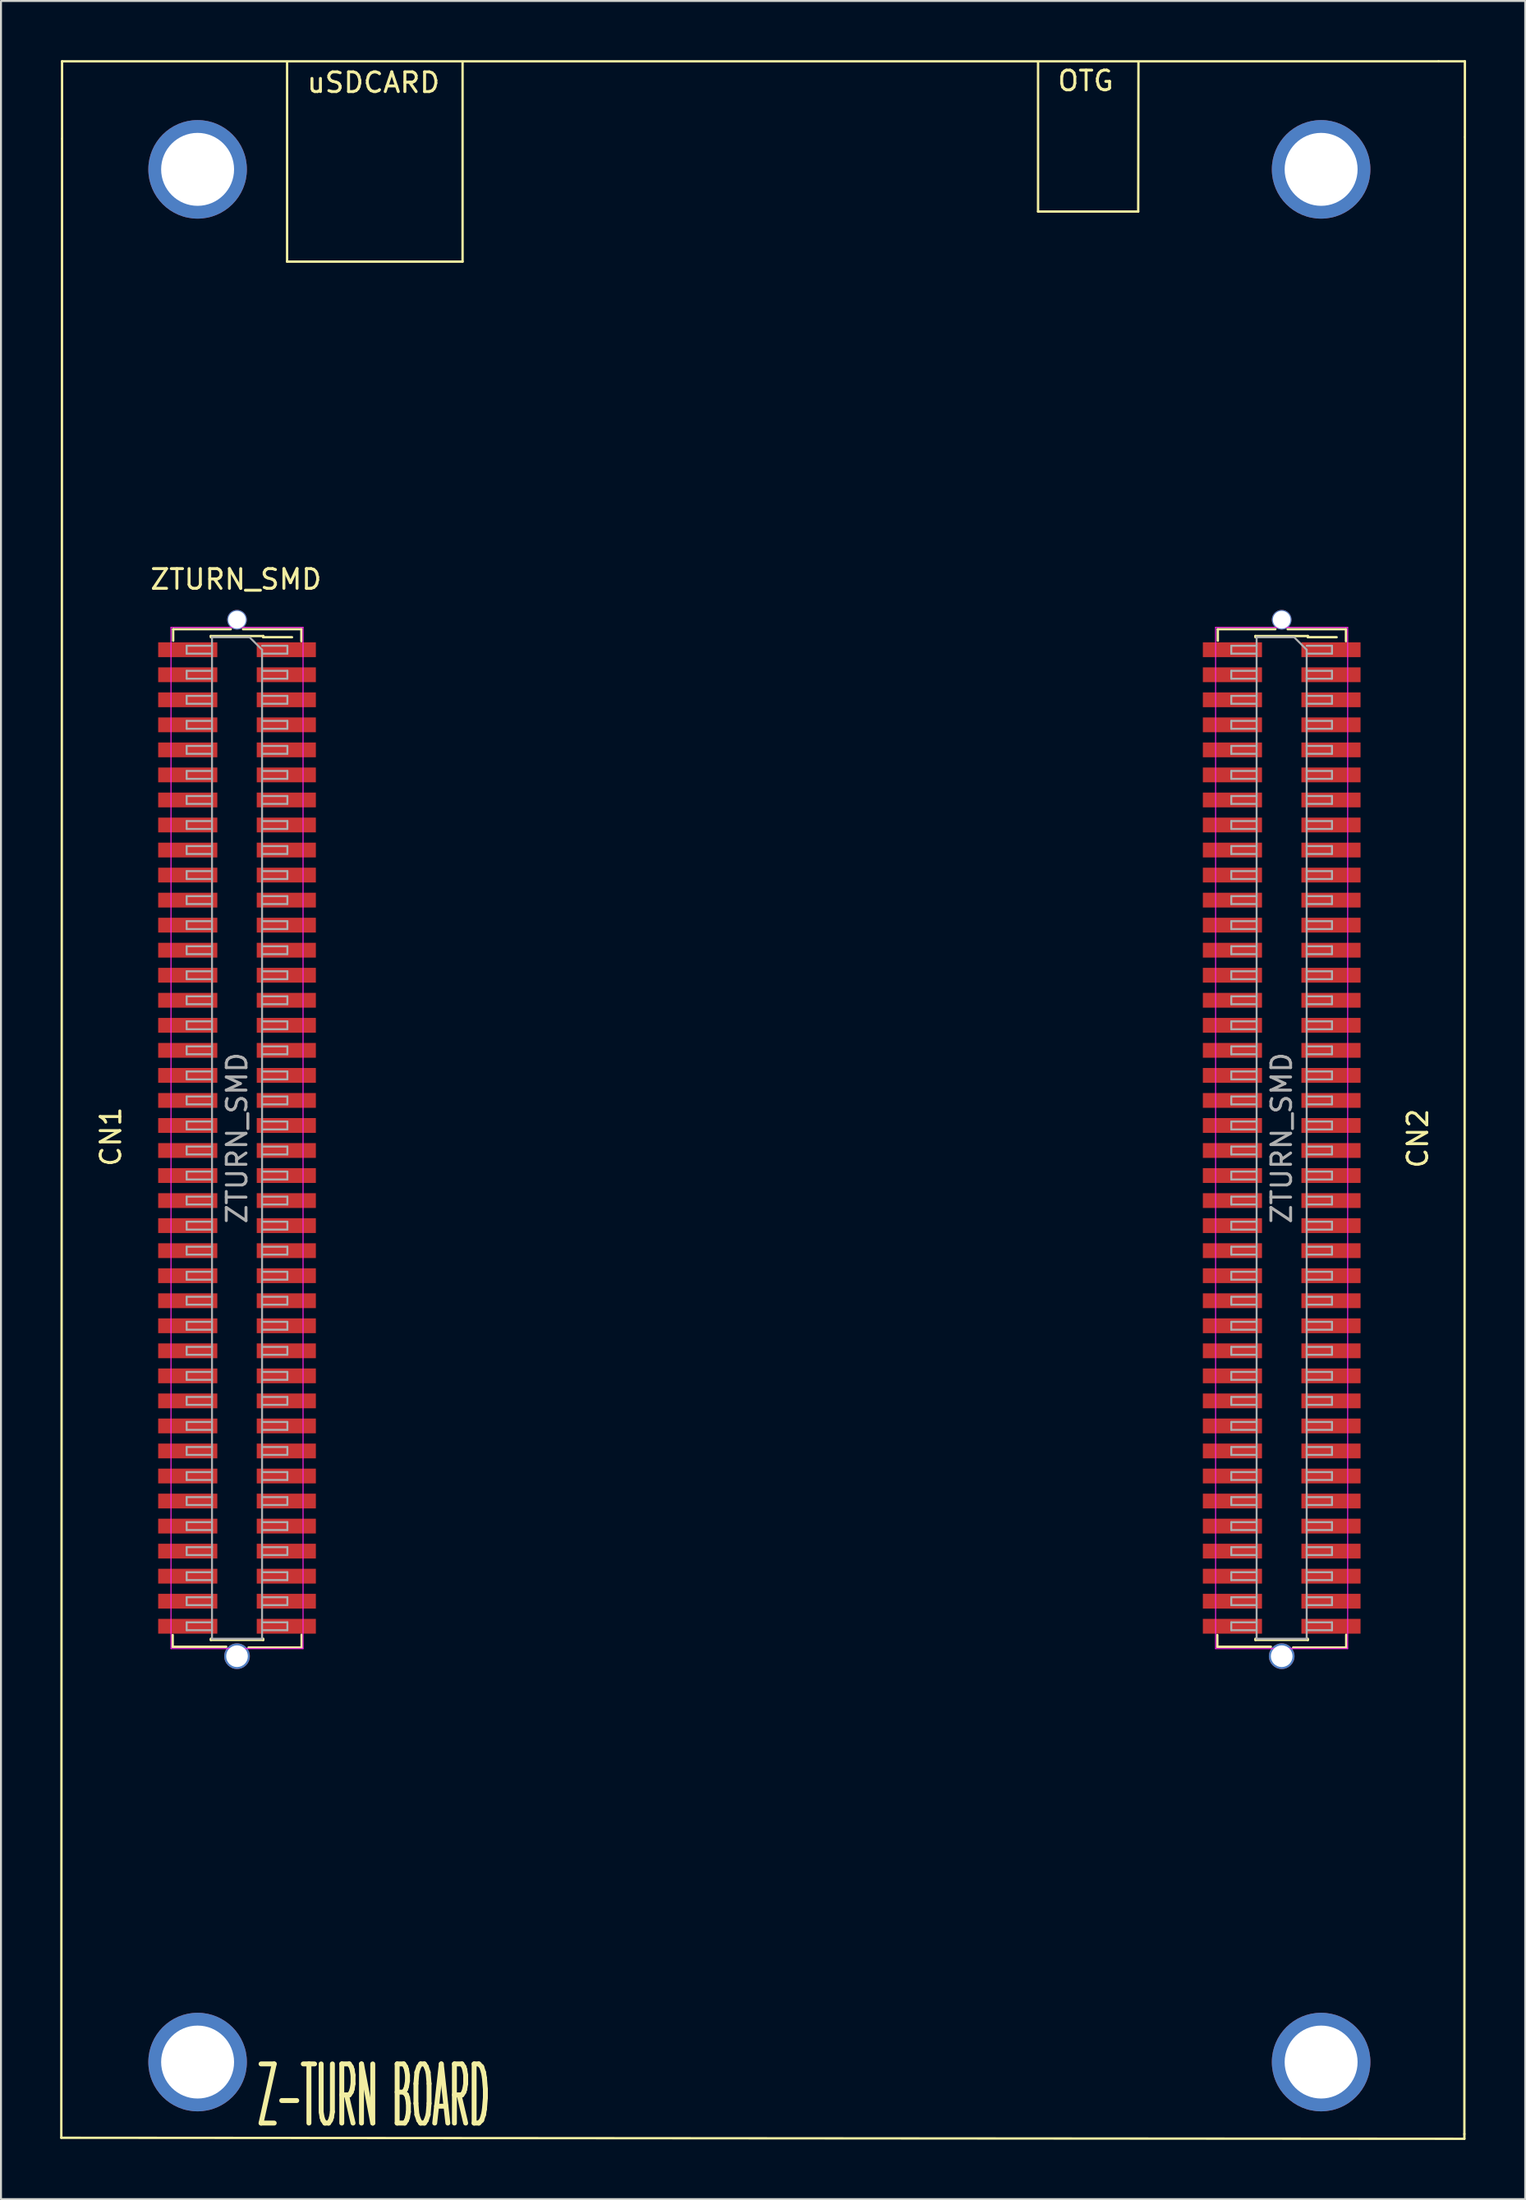
<source format=kicad_pcb>
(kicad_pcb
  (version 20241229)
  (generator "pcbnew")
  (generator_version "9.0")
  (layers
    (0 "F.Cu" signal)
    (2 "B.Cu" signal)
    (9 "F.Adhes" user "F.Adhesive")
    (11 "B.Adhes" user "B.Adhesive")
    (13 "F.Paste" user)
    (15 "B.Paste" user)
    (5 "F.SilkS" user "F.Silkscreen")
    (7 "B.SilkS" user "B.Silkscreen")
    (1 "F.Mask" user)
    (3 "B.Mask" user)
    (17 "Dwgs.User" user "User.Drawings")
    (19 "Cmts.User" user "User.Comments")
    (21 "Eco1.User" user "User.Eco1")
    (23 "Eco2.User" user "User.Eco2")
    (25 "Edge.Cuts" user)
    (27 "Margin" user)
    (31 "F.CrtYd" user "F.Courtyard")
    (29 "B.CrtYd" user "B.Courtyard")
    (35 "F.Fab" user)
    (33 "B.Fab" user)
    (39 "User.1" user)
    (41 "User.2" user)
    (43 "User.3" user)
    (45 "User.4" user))
  (footprint "ZTURN_SMD"
    (layer "F.Cu")
    (at 8.975 54.67)
    (property "Reference" "ZTURN_SMD" (at -0.051 -28.334 0) (layer "F.SilkS") (effects (font (size 1 1) (thickness 0.15))))
    (attr smd)
    (fp_line (start -8.915 50.711) (end 62.268 50.762) (stroke (width 0.12) (type solid)) (layer "F.SilkS"))
    (fp_line (start -8.877 -54.61) (end 60.96 -54.61) (stroke (width 0.12) (type solid)) (layer "F.SilkS"))
    (fp_line (start -8.877 -50.686) (end -8.915 50.711) (stroke (width 0.12) (type solid)) (layer "F.SilkS"))
    (fp_line (start -8.877 -50.686) (end -8.877 -54.61) (stroke (width 0.12) (type solid)) (layer "F.SilkS"))
    (fp_line (start -3.264 25.806) (end -3.264 25.209) (stroke (width 0.12) (type solid)) (layer "F.SilkS"))
    (fp_line (start -3.264 25.806) (end -0.546 25.806) (stroke (width 0.12) (type solid)) (layer "F.SilkS"))
    (fp_line (start -3.239 -25.806) (end -0.318 -25.806) (stroke (width 0.12) (type solid)) (layer "F.SilkS"))
    (fp_line (start -3.239 -25.222) (end -3.239 -25.806) (stroke (width 0.12) (type solid)) (layer "F.SilkS"))
    (fp_line (start -1.33 -25.46) (end -1.33 -25.4) (stroke (width 0.12) (type solid)) (layer "F.SilkS"))
    (fp_line (start -1.33 -25.46) (end 1.33 -25.46) (stroke (width 0.12) (type solid)) (layer "F.SilkS"))
    (fp_line (start -1.33 25.4) (end -1.33 25.46) (stroke (width 0.12) (type solid)) (layer "F.SilkS"))
    (fp_line (start -1.33 25.46) (end 1.33 25.46) (stroke (width 0.12) (type solid)) (layer "F.SilkS"))
    (fp_line (start 1.33 -25.46) (end 1.33 -25.4) (stroke (width 0.12) (type solid)) (layer "F.SilkS"))
    (fp_line (start 1.33 -25.4) (end 2.79 -25.4) (stroke (width 0.12) (type solid)) (layer "F.SilkS"))
    (fp_line (start 1.33 25.4) (end 1.33 25.46) (stroke (width 0.12) (type solid)) (layer "F.SilkS"))
    (fp_line (start 2.54 -54.572) (end 2.54 -44.45) (stroke (width 0.12) (type solid)) (layer "F.SilkS"))
    (fp_line (start 2.54 -44.45) (end 11.443 -44.45) (stroke (width 0.12) (type solid)) (layer "F.SilkS"))
    (fp_line (start 3.264 -25.806) (end 0.305 -25.806) (stroke (width 0.12) (type solid)) (layer "F.SilkS"))
    (fp_line (start 3.264 -25.197) (end 3.264 -25.806) (stroke (width 0.12) (type solid)) (layer "F.SilkS"))
    (fp_line (start 3.277 25.845) (end 0.584 25.845) (stroke (width 0.12) (type solid)) (layer "F.SilkS"))
    (fp_line (start 3.277 25.845) (end 3.277 25.197) (stroke (width 0.12) (type solid)) (layer "F.SilkS"))
    (fp_line (start 11.443 -44.45) (end 11.443 -54.547) (stroke (width 0.12) (type solid)) (layer "F.SilkS"))
    (fp_line (start 40.64 -46.99) (end 40.64 -54.559) (stroke (width 0.12) (type solid)) (layer "F.SilkS"))
    (fp_line (start 45.72 -46.99) (end 40.64 -46.99) (stroke (width 0.12) (type solid)) (layer "F.SilkS"))
    (fp_line (start 45.733 -54.572) (end 45.72 -46.99) (stroke (width 0.12) (type solid)) (layer "F.SilkS"))
    (fp_line (start 49.733 25.806) (end 49.733 25.209) (stroke (width 0.12) (type solid)) (layer "F.SilkS"))
    (fp_line (start 49.733 25.806) (end 52.451 25.806) (stroke (width 0.12) (type solid)) (layer "F.SilkS"))
    (fp_line (start 49.759 -25.806) (end 52.68 -25.806) (stroke (width 0.12) (type solid)) (layer "F.SilkS"))
    (fp_line (start 49.759 -25.222) (end 49.759 -25.806) (stroke (width 0.12) (type solid)) (layer "F.SilkS"))
    (fp_line (start 51.667 -25.46) (end 51.667 -25.4) (stroke (width 0.12) (type solid)) (layer "F.SilkS"))
    (fp_line (start 51.667 -25.46) (end 54.327 -25.46) (stroke (width 0.12) (type solid)) (layer "F.SilkS"))
    (fp_line (start 51.667 25.4) (end 51.667 25.46) (stroke (width 0.12) (type solid)) (layer "F.SilkS"))
    (fp_line (start 51.667 25.46) (end 54.327 25.46) (stroke (width 0.12) (type solid)) (layer "F.SilkS"))
    (fp_line (start 54.327 -25.46) (end 54.327 -25.4) (stroke (width 0.12) (type solid)) (layer "F.SilkS"))
    (fp_line (start 54.327 -25.4) (end 55.787 -25.4) (stroke (width 0.12) (type solid)) (layer "F.SilkS"))
    (fp_line (start 54.327 25.4) (end 54.327 25.46) (stroke (width 0.12) (type solid)) (layer "F.SilkS"))
    (fp_line (start 56.261 -25.806) (end 53.302 -25.806) (stroke (width 0.12) (type solid)) (layer "F.SilkS"))
    (fp_line (start 56.261 -25.197) (end 56.261 -25.806) (stroke (width 0.12) (type solid)) (layer "F.SilkS"))
    (fp_line (start 56.274 25.845) (end 53.581 25.845) (stroke (width 0.12) (type solid)) (layer "F.SilkS"))
    (fp_line (start 56.274 25.845) (end 56.274 25.197) (stroke (width 0.12) (type solid)) (layer "F.SilkS"))
    (fp_line (start 62.268 50.762) (end 62.268 50.521) (stroke (width 0.12) (type solid)) (layer "F.SilkS"))
    (fp_line (start 62.294 -54.61) (end 60.96 -54.61) (stroke (width 0.12) (type solid)) (layer "F.SilkS"))
    (fp_line (start 62.294 -50.775) (end 62.294 -54.61) (stroke (width 0.12) (type solid)) (layer "F.SilkS"))
    (fp_line (start 62.294 -50.762) (end 62.268 50.521) (stroke (width 0.12) (type solid)) (layer "F.SilkS"))
    (fp_line (start -3.35 -25.9) (end 3.35 -25.9) (stroke (width 0.05) (type solid)) (layer "F.CrtYd"))
    (fp_line (start -3.35 25.9) (end -3.35 -25.9) (stroke (width 0.05) (type solid)) (layer "F.CrtYd"))
    (fp_line (start 3.35 -25.9) (end 3.35 25.9) (stroke (width 0.05) (type solid)) (layer "F.CrtYd"))
    (fp_line (start 3.35 25.9) (end -3.35 25.9) (stroke (width 0.05) (type solid)) (layer "F.CrtYd"))
    (fp_line (start 49.647 -25.9) (end 56.347 -25.9) (stroke (width 0.05) (type solid)) (layer "F.CrtYd"))
    (fp_line (start 49.647 25.9) (end 49.647 -25.9) (stroke (width 0.05) (type solid)) (layer "F.CrtYd"))
    (fp_line (start 56.347 -25.9) (end 56.347 25.9) (stroke (width 0.05) (type solid)) (layer "F.CrtYd"))
    (fp_line (start 56.347 25.9) (end 49.647 25.9) (stroke (width 0.05) (type solid)) (layer "F.CrtYd"))
    (fp_line (start -2.555 -24.965) (end -1.27 -24.965) (stroke (width 0.1) (type solid)) (layer "F.Fab"))
    (fp_line (start -2.555 -24.565) (end -2.555 -24.965) (stroke (width 0.1) (type solid)) (layer "F.Fab"))
    (fp_line (start -2.555 -23.695) (end -1.27 -23.695) (stroke (width 0.1) (type solid)) (layer "F.Fab"))
    (fp_line (start -2.555 -23.295) (end -2.555 -23.695) (stroke (width 0.1) (type solid)) (layer "F.Fab"))
    (fp_line (start -2.555 -22.425) (end -1.27 -22.425) (stroke (width 0.1) (type solid)) (layer "F.Fab"))
    (fp_line (start -2.555 -22.025) (end -2.555 -22.425) (stroke (width 0.1) (type solid)) (layer "F.Fab"))
    (fp_line (start -2.555 -21.155) (end -1.27 -21.155) (stroke (width 0.1) (type solid)) (layer "F.Fab"))
    (fp_line (start -2.555 -20.755) (end -2.555 -21.155) (stroke (width 0.1) (type solid)) (layer "F.Fab"))
    (fp_line (start -2.555 -19.885) (end -1.27 -19.885) (stroke (width 0.1) (type solid)) (layer "F.Fab"))
    (fp_line (start -2.555 -19.485) (end -2.555 -19.885) (stroke (width 0.1) (type solid)) (layer "F.Fab"))
    (fp_line (start -2.555 -18.615) (end -1.27 -18.615) (stroke (width 0.1) (type solid)) (layer "F.Fab"))
    (fp_line (start -2.555 -18.215) (end -2.555 -18.615) (stroke (width 0.1) (type solid)) (layer "F.Fab"))
    (fp_line (start -2.555 -17.345) (end -1.27 -17.345) (stroke (width 0.1) (type solid)) (layer "F.Fab"))
    (fp_line (start -2.555 -16.945) (end -2.555 -17.345) (stroke (width 0.1) (type solid)) (layer "F.Fab"))
    (fp_line (start -2.555 -16.075) (end -1.27 -16.075) (stroke (width 0.1) (type solid)) (layer "F.Fab"))
    (fp_line (start -2.555 -15.675) (end -2.555 -16.075) (stroke (width 0.1) (type solid)) (layer "F.Fab"))
    (fp_line (start -2.555 -14.805) (end -1.27 -14.805) (stroke (width 0.1) (type solid)) (layer "F.Fab"))
    (fp_line (start -2.555 -14.405) (end -2.555 -14.805) (stroke (width 0.1) (type solid)) (layer "F.Fab"))
    (fp_line (start -2.555 -13.535) (end -1.27 -13.535) (stroke (width 0.1) (type solid)) (layer "F.Fab"))
    (fp_line (start -2.555 -13.135) (end -2.555 -13.535) (stroke (width 0.1) (type solid)) (layer "F.Fab"))
    (fp_line (start -2.555 -12.265) (end -1.27 -12.265) (stroke (width 0.1) (type solid)) (layer "F.Fab"))
    (fp_line (start -2.555 -11.865) (end -2.555 -12.265) (stroke (width 0.1) (type solid)) (layer "F.Fab"))
    (fp_line (start -2.555 -10.995) (end -1.27 -10.995) (stroke (width 0.1) (type solid)) (layer "F.Fab"))
    (fp_line (start -2.555 -10.595) (end -2.555 -10.995) (stroke (width 0.1) (type solid)) (layer "F.Fab"))
    (fp_line (start -2.555 -9.725) (end -1.27 -9.725) (stroke (width 0.1) (type solid)) (layer "F.Fab"))
    (fp_line (start -2.555 -9.325) (end -2.555 -9.725) (stroke (width 0.1) (type solid)) (layer "F.Fab"))
    (fp_line (start -2.555 -8.455) (end -1.27 -8.455) (stroke (width 0.1) (type solid)) (layer "F.Fab"))
    (fp_line (start -2.555 -8.055) (end -2.555 -8.455) (stroke (width 0.1) (type solid)) (layer "F.Fab"))
    (fp_line (start -2.555 -7.185) (end -1.27 -7.185) (stroke (width 0.1) (type solid)) (layer "F.Fab"))
    (fp_line (start -2.555 -6.785) (end -2.555 -7.185) (stroke (width 0.1) (type solid)) (layer "F.Fab"))
    (fp_line (start -2.555 -5.915) (end -1.27 -5.915) (stroke (width 0.1) (type solid)) (layer "F.Fab"))
    (fp_line (start -2.555 -5.515) (end -2.555 -5.915) (stroke (width 0.1) (type solid)) (layer "F.Fab"))
    (fp_line (start -2.555 -4.645) (end -1.27 -4.645) (stroke (width 0.1) (type solid)) (layer "F.Fab"))
    (fp_line (start -2.555 -4.245) (end -2.555 -4.645) (stroke (width 0.1) (type solid)) (layer "F.Fab"))
    (fp_line (start -2.555 -3.375) (end -1.27 -3.375) (stroke (width 0.1) (type solid)) (layer "F.Fab"))
    (fp_line (start -2.555 -2.975) (end -2.555 -3.375) (stroke (width 0.1) (type solid)) (layer "F.Fab"))
    (fp_line (start -2.555 -2.105) (end -1.27 -2.105) (stroke (width 0.1) (type solid)) (layer "F.Fab"))
    (fp_line (start -2.555 -1.705) (end -2.555 -2.105) (stroke (width 0.1) (type solid)) (layer "F.Fab"))
    (fp_line (start -2.555 -0.835) (end -1.27 -0.835) (stroke (width 0.1) (type solid)) (layer "F.Fab"))
    (fp_line (start -2.555 -0.435) (end -2.555 -0.835) (stroke (width 0.1) (type solid)) (layer "F.Fab"))
    (fp_line (start -2.555 0.435) (end -1.27 0.435) (stroke (width 0.1) (type solid)) (layer "F.Fab"))
    (fp_line (start -2.555 0.835) (end -2.555 0.435) (stroke (width 0.1) (type solid)) (layer "F.Fab"))
    (fp_line (start -2.555 1.705) (end -1.27 1.705) (stroke (width 0.1) (type solid)) (layer "F.Fab"))
    (fp_line (start -2.555 2.105) (end -2.555 1.705) (stroke (width 0.1) (type solid)) (layer "F.Fab"))
    (fp_line (start -2.555 2.975) (end -1.27 2.975) (stroke (width 0.1) (type solid)) (layer "F.Fab"))
    (fp_line (start -2.555 3.375) (end -2.555 2.975) (stroke (width 0.1) (type solid)) (layer "F.Fab"))
    (fp_line (start -2.555 4.245) (end -1.27 4.245) (stroke (width 0.1) (type solid)) (layer "F.Fab"))
    (fp_line (start -2.555 4.645) (end -2.555 4.245) (stroke (width 0.1) (type solid)) (layer "F.Fab"))
    (fp_line (start -2.555 5.515) (end -1.27 5.515) (stroke (width 0.1) (type solid)) (layer "F.Fab"))
    (fp_line (start -2.555 5.915) (end -2.555 5.515) (stroke (width 0.1) (type solid)) (layer "F.Fab"))
    (fp_line (start -2.555 6.785) (end -1.27 6.785) (stroke (width 0.1) (type solid)) (layer "F.Fab"))
    (fp_line (start -2.555 7.185) (end -2.555 6.785) (stroke (width 0.1) (type solid)) (layer "F.Fab"))
    (fp_line (start -2.555 8.055) (end -1.27 8.055) (stroke (width 0.1) (type solid)) (layer "F.Fab"))
    (fp_line (start -2.555 8.455) (end -2.555 8.055) (stroke (width 0.1) (type solid)) (layer "F.Fab"))
    (fp_line (start -2.555 9.325) (end -1.27 9.325) (stroke (width 0.1) (type solid)) (layer "F.Fab"))
    (fp_line (start -2.555 9.725) (end -2.555 9.325) (stroke (width 0.1) (type solid)) (layer "F.Fab"))
    (fp_line (start -2.555 10.595) (end -1.27 10.595) (stroke (width 0.1) (type solid)) (layer "F.Fab"))
    (fp_line (start -2.555 10.995) (end -2.555 10.595) (stroke (width 0.1) (type solid)) (layer "F.Fab"))
    (fp_line (start -2.555 11.865) (end -1.27 11.865) (stroke (width 0.1) (type solid)) (layer "F.Fab"))
    (fp_line (start -2.555 12.265) (end -2.555 11.865) (stroke (width 0.1) (type solid)) (layer "F.Fab"))
    (fp_line (start -2.555 13.135) (end -1.27 13.135) (stroke (width 0.1) (type solid)) (layer "F.Fab"))
    (fp_line (start -2.555 13.535) (end -2.555 13.135) (stroke (width 0.1) (type solid)) (layer "F.Fab"))
    (fp_line (start -2.555 14.405) (end -1.27 14.405) (stroke (width 0.1) (type solid)) (layer "F.Fab"))
    (fp_line (start -2.555 14.805) (end -2.555 14.405) (stroke (width 0.1) (type solid)) (layer "F.Fab"))
    (fp_line (start -2.555 15.675) (end -1.27 15.675) (stroke (width 0.1) (type solid)) (layer "F.Fab"))
    (fp_line (start -2.555 16.075) (end -2.555 15.675) (stroke (width 0.1) (type solid)) (layer "F.Fab"))
    (fp_line (start -2.555 16.945) (end -1.27 16.945) (stroke (width 0.1) (type solid)) (layer "F.Fab"))
    (fp_line (start -2.555 17.345) (end -2.555 16.945) (stroke (width 0.1) (type solid)) (layer "F.Fab"))
    (fp_line (start -2.555 18.215) (end -1.27 18.215) (stroke (width 0.1) (type solid)) (layer "F.Fab"))
    (fp_line (start -2.555 18.615) (end -2.555 18.215) (stroke (width 0.1) (type solid)) (layer "F.Fab"))
    (fp_line (start -2.555 19.485) (end -1.27 19.485) (stroke (width 0.1) (type solid)) (layer "F.Fab"))
    (fp_line (start -2.555 19.885) (end -2.555 19.485) (stroke (width 0.1) (type solid)) (layer "F.Fab"))
    (fp_line (start -2.555 20.755) (end -1.27 20.755) (stroke (width 0.1) (type solid)) (layer "F.Fab"))
    (fp_line (start -2.555 21.155) (end -2.555 20.755) (stroke (width 0.1) (type solid)) (layer "F.Fab"))
    (fp_line (start -2.555 22.025) (end -1.27 22.025) (stroke (width 0.1) (type solid)) (layer "F.Fab"))
    (fp_line (start -2.555 22.425) (end -2.555 22.025) (stroke (width 0.1) (type solid)) (layer "F.Fab"))
    (fp_line (start -2.555 23.295) (end -1.27 23.295) (stroke (width 0.1) (type solid)) (layer "F.Fab"))
    (fp_line (start -2.555 23.695) (end -2.555 23.295) (stroke (width 0.1) (type solid)) (layer "F.Fab"))
    (fp_line (start -2.555 24.565) (end -1.27 24.565) (stroke (width 0.1) (type solid)) (layer "F.Fab"))
    (fp_line (start -2.555 24.965) (end -2.555 24.565) (stroke (width 0.1) (type solid)) (layer "F.Fab"))
    (fp_line (start -1.27 -25.4) (end 0.635 -25.4) (stroke (width 0.1) (type solid)) (layer "F.Fab"))
    (fp_line (start -1.27 -24.565) (end -2.555 -24.565) (stroke (width 0.1) (type solid)) (layer "F.Fab"))
    (fp_line (start -1.27 -23.295) (end -2.555 -23.295) (stroke (width 0.1) (type solid)) (layer "F.Fab"))
    (fp_line (start -1.27 -22.025) (end -2.555 -22.025) (stroke (width 0.1) (type solid)) (layer "F.Fab"))
    (fp_line (start -1.27 -20.755) (end -2.555 -20.755) (stroke (width 0.1) (type solid)) (layer "F.Fab"))
    (fp_line (start -1.27 -19.485) (end -2.555 -19.485) (stroke (width 0.1) (type solid)) (layer "F.Fab"))
    (fp_line (start -1.27 -18.215) (end -2.555 -18.215) (stroke (width 0.1) (type solid)) (layer "F.Fab"))
    (fp_line (start -1.27 -16.945) (end -2.555 -16.945) (stroke (width 0.1) (type solid)) (layer "F.Fab"))
    (fp_line (start -1.27 -15.675) (end -2.555 -15.675) (stroke (width 0.1) (type solid)) (layer "F.Fab"))
    (fp_line (start -1.27 -14.405) (end -2.555 -14.405) (stroke (width 0.1) (type solid)) (layer "F.Fab"))
    (fp_line (start -1.27 -13.135) (end -2.555 -13.135) (stroke (width 0.1) (type solid)) (layer "F.Fab"))
    (fp_line (start -1.27 -11.865) (end -2.555 -11.865) (stroke (width 0.1) (type solid)) (layer "F.Fab"))
    (fp_line (start -1.27 -10.595) (end -2.555 -10.595) (stroke (width 0.1) (type solid)) (layer "F.Fab"))
    (fp_line (start -1.27 -9.325) (end -2.555 -9.325) (stroke (width 0.1) (type solid)) (layer "F.Fab"))
    (fp_line (start -1.27 -8.055) (end -2.555 -8.055) (stroke (width 0.1) (type solid)) (layer "F.Fab"))
    (fp_line (start -1.27 -6.785) (end -2.555 -6.785) (stroke (width 0.1) (type solid)) (layer "F.Fab"))
    (fp_line (start -1.27 -5.515) (end -2.555 -5.515) (stroke (width 0.1) (type solid)) (layer "F.Fab"))
    (fp_line (start -1.27 -4.245) (end -2.555 -4.245) (stroke (width 0.1) (type solid)) (layer "F.Fab"))
    (fp_line (start -1.27 -2.975) (end -2.555 -2.975) (stroke (width 0.1) (type solid)) (layer "F.Fab"))
    (fp_line (start -1.27 -1.705) (end -2.555 -1.705) (stroke (width 0.1) (type solid)) (layer "F.Fab"))
    (fp_line (start -1.27 -0.435) (end -2.555 -0.435) (stroke (width 0.1) (type solid)) (layer "F.Fab"))
    (fp_line (start -1.27 0.835) (end -2.555 0.835) (stroke (width 0.1) (type solid)) (layer "F.Fab"))
    (fp_line (start -1.27 2.105) (end -2.555 2.105) (stroke (width 0.1) (type solid)) (layer "F.Fab"))
    (fp_line (start -1.27 3.375) (end -2.555 3.375) (stroke (width 0.1) (type solid)) (layer "F.Fab"))
    (fp_line (start -1.27 4.645) (end -2.555 4.645) (stroke (width 0.1) (type solid)) (layer "F.Fab"))
    (fp_line (start -1.27 5.915) (end -2.555 5.915) (stroke (width 0.1) (type solid)) (layer "F.Fab"))
    (fp_line (start -1.27 7.185) (end -2.555 7.185) (stroke (width 0.1) (type solid)) (layer "F.Fab"))
    (fp_line (start -1.27 8.455) (end -2.555 8.455) (stroke (width 0.1) (type solid)) (layer "F.Fab"))
    (fp_line (start -1.27 9.725) (end -2.555 9.725) (stroke (width 0.1) (type solid)) (layer "F.Fab"))
    (fp_line (start -1.27 10.995) (end -2.555 10.995) (stroke (width 0.1) (type solid)) (layer "F.Fab"))
    (fp_line (start -1.27 12.265) (end -2.555 12.265) (stroke (width 0.1) (type solid)) (layer "F.Fab"))
    (fp_line (start -1.27 13.535) (end -2.555 13.535) (stroke (width 0.1) (type solid)) (layer "F.Fab"))
    (fp_line (start -1.27 14.805) (end -2.555 14.805) (stroke (width 0.1) (type solid)) (layer "F.Fab"))
    (fp_line (start -1.27 16.075) (end -2.555 16.075) (stroke (width 0.1) (type solid)) (layer "F.Fab"))
    (fp_line (start -1.27 17.345) (end -2.555 17.345) (stroke (width 0.1) (type solid)) (layer "F.Fab"))
    (fp_line (start -1.27 18.615) (end -2.555 18.615) (stroke (width 0.1) (type solid)) (layer "F.Fab"))
    (fp_line (start -1.27 19.885) (end -2.555 19.885) (stroke (width 0.1) (type solid)) (layer "F.Fab"))
    (fp_line (start -1.27 21.155) (end -2.555 21.155) (stroke (width 0.1) (type solid)) (layer "F.Fab"))
    (fp_line (start -1.27 22.425) (end -2.555 22.425) (stroke (width 0.1) (type solid)) (layer "F.Fab"))
    (fp_line (start -1.27 23.695) (end -2.555 23.695) (stroke (width 0.1) (type solid)) (layer "F.Fab"))
    (fp_line (start -1.27 24.965) (end -2.555 24.965) (stroke (width 0.1) (type solid)) (layer "F.Fab"))
    (fp_line (start -1.27 25.4) (end -1.27 -25.4) (stroke (width 0.1) (type solid)) (layer "F.Fab"))
    (fp_line (start 0.635 -25.4) (end 1.27 -24.765) (stroke (width 0.1) (type solid)) (layer "F.Fab"))
    (fp_line (start 1.27 -24.965) (end 2.555 -24.965) (stroke (width 0.1) (type solid)) (layer "F.Fab"))
    (fp_line (start 1.27 -24.765) (end 1.27 25.4) (stroke (width 0.1) (type solid)) (layer "F.Fab"))
    (fp_line (start 1.27 -23.695) (end 2.555 -23.695) (stroke (width 0.1) (type solid)) (layer "F.Fab"))
    (fp_line (start 1.27 -22.425) (end 2.555 -22.425) (stroke (width 0.1) (type solid)) (layer "F.Fab"))
    (fp_line (start 1.27 -21.155) (end 2.555 -21.155) (stroke (width 0.1) (type solid)) (layer "F.Fab"))
    (fp_line (start 1.27 -19.885) (end 2.555 -19.885) (stroke (width 0.1) (type solid)) (layer "F.Fab"))
    (fp_line (start 1.27 -18.615) (end 2.555 -18.615) (stroke (width 0.1) (type solid)) (layer "F.Fab"))
    (fp_line (start 1.27 -17.345) (end 2.555 -17.345) (stroke (width 0.1) (type solid)) (layer "F.Fab"))
    (fp_line (start 1.27 -16.075) (end 2.555 -16.075) (stroke (width 0.1) (type solid)) (layer "F.Fab"))
    (fp_line (start 1.27 -14.805) (end 2.555 -14.805) (stroke (width 0.1) (type solid)) (layer "F.Fab"))
    (fp_line (start 1.27 -13.535) (end 2.555 -13.535) (stroke (width 0.1) (type solid)) (layer "F.Fab"))
    (fp_line (start 1.27 -12.265) (end 2.555 -12.265) (stroke (width 0.1) (type solid)) (layer "F.Fab"))
    (fp_line (start 1.27 -10.995) (end 2.555 -10.995) (stroke (width 0.1) (type solid)) (layer "F.Fab"))
    (fp_line (start 1.27 -9.725) (end 2.555 -9.725) (stroke (width 0.1) (type solid)) (layer "F.Fab"))
    (fp_line (start 1.27 -8.455) (end 2.555 -8.455) (stroke (width 0.1) (type solid)) (layer "F.Fab"))
    (fp_line (start 1.27 -7.185) (end 2.555 -7.185) (stroke (width 0.1) (type solid)) (layer "F.Fab"))
    (fp_line (start 1.27 -5.915) (end 2.555 -5.915) (stroke (width 0.1) (type solid)) (layer "F.Fab"))
    (fp_line (start 1.27 -4.645) (end 2.555 -4.645) (stroke (width 0.1) (type solid)) (layer "F.Fab"))
    (fp_line (start 1.27 -3.375) (end 2.555 -3.375) (stroke (width 0.1) (type solid)) (layer "F.Fab"))
    (fp_line (start 1.27 -2.105) (end 2.555 -2.105) (stroke (width 0.1) (type solid)) (layer "F.Fab"))
    (fp_line (start 1.27 -0.835) (end 2.555 -0.835) (stroke (width 0.1) (type solid)) (layer "F.Fab"))
    (fp_line (start 1.27 0.435) (end 2.555 0.435) (stroke (width 0.1) (type solid)) (layer "F.Fab"))
    (fp_line (start 1.27 1.705) (end 2.555 1.705) (stroke (width 0.1) (type solid)) (layer "F.Fab"))
    (fp_line (start 1.27 2.975) (end 2.555 2.975) (stroke (width 0.1) (type solid)) (layer "F.Fab"))
    (fp_line (start 1.27 4.245) (end 2.555 4.245) (stroke (width 0.1) (type solid)) (layer "F.Fab"))
    (fp_line (start 1.27 5.515) (end 2.555 5.515) (stroke (width 0.1) (type solid)) (layer "F.Fab"))
    (fp_line (start 1.27 6.785) (end 2.555 6.785) (stroke (width 0.1) (type solid)) (layer "F.Fab"))
    (fp_line (start 1.27 8.055) (end 2.555 8.055) (stroke (width 0.1) (type solid)) (layer "F.Fab"))
    (fp_line (start 1.27 9.325) (end 2.555 9.325) (stroke (width 0.1) (type solid)) (layer "F.Fab"))
    (fp_line (start 1.27 10.595) (end 2.555 10.595) (stroke (width 0.1) (type solid)) (layer "F.Fab"))
    (fp_line (start 1.27 11.865) (end 2.555 11.865) (stroke (width 0.1) (type solid)) (layer "F.Fab"))
    (fp_line (start 1.27 13.135) (end 2.555 13.135) (stroke (width 0.1) (type solid)) (layer "F.Fab"))
    (fp_line (start 1.27 14.405) (end 2.555 14.405) (stroke (width 0.1) (type solid)) (layer "F.Fab"))
    (fp_line (start 1.27 15.675) (end 2.555 15.675) (stroke (width 0.1) (type solid)) (layer "F.Fab"))
    (fp_line (start 1.27 16.945) (end 2.555 16.945) (stroke (width 0.1) (type solid)) (layer "F.Fab"))
    (fp_line (start 1.27 18.215) (end 2.555 18.215) (stroke (width 0.1) (type solid)) (layer "F.Fab"))
    (fp_line (start 1.27 19.485) (end 2.555 19.485) (stroke (width 0.1) (type solid)) (layer "F.Fab"))
    (fp_line (start 1.27 20.755) (end 2.555 20.755) (stroke (width 0.1) (type solid)) (layer "F.Fab"))
    (fp_line (start 1.27 22.025) (end 2.555 22.025) (stroke (width 0.1) (type solid)) (layer "F.Fab"))
    (fp_line (start 1.27 23.295) (end 2.555 23.295) (stroke (width 0.1) (type solid)) (layer "F.Fab"))
    (fp_line (start 1.27 24.565) (end 2.555 24.565) (stroke (width 0.1) (type solid)) (layer "F.Fab"))
    (fp_line (start 1.27 25.4) (end -1.27 25.4) (stroke (width 0.1) (type solid)) (layer "F.Fab"))
    (fp_line (start 2.555 -24.965) (end 2.555 -24.565) (stroke (width 0.1) (type solid)) (layer "F.Fab"))
    (fp_line (start 2.555 -24.565) (end 1.27 -24.565) (stroke (width 0.1) (type solid)) (layer "F.Fab"))
    (fp_line (start 2.555 -23.695) (end 2.555 -23.295) (stroke (width 0.1) (type solid)) (layer "F.Fab"))
    (fp_line (start 2.555 -23.295) (end 1.27 -23.295) (stroke (width 0.1) (type solid)) (layer "F.Fab"))
    (fp_line (start 2.555 -22.425) (end 2.555 -22.025) (stroke (width 0.1) (type solid)) (layer "F.Fab"))
    (fp_line (start 2.555 -22.025) (end 1.27 -22.025) (stroke (width 0.1) (type solid)) (layer "F.Fab"))
    (fp_line (start 2.555 -21.155) (end 2.555 -20.755) (stroke (width 0.1) (type solid)) (layer "F.Fab"))
    (fp_line (start 2.555 -20.755) (end 1.27 -20.755) (stroke (width 0.1) (type solid)) (layer "F.Fab"))
    (fp_line (start 2.555 -19.885) (end 2.555 -19.485) (stroke (width 0.1) (type solid)) (layer "F.Fab"))
    (fp_line (start 2.555 -19.485) (end 1.27 -19.485) (stroke (width 0.1) (type solid)) (layer "F.Fab"))
    (fp_line (start 2.555 -18.615) (end 2.555 -18.215) (stroke (width 0.1) (type solid)) (layer "F.Fab"))
    (fp_line (start 2.555 -18.215) (end 1.27 -18.215) (stroke (width 0.1) (type solid)) (layer "F.Fab"))
    (fp_line (start 2.555 -17.345) (end 2.555 -16.945) (stroke (width 0.1) (type solid)) (layer "F.Fab"))
    (fp_line (start 2.555 -16.945) (end 1.27 -16.945) (stroke (width 0.1) (type solid)) (layer "F.Fab"))
    (fp_line (start 2.555 -16.075) (end 2.555 -15.675) (stroke (width 0.1) (type solid)) (layer "F.Fab"))
    (fp_line (start 2.555 -15.675) (end 1.27 -15.675) (stroke (width 0.1) (type solid)) (layer "F.Fab"))
    (fp_line (start 2.555 -14.805) (end 2.555 -14.405) (stroke (width 0.1) (type solid)) (layer "F.Fab"))
    (fp_line (start 2.555 -14.405) (end 1.27 -14.405) (stroke (width 0.1) (type solid)) (layer "F.Fab"))
    (fp_line (start 2.555 -13.535) (end 2.555 -13.135) (stroke (width 0.1) (type solid)) (layer "F.Fab"))
    (fp_line (start 2.555 -13.135) (end 1.27 -13.135) (stroke (width 0.1) (type solid)) (layer "F.Fab"))
    (fp_line (start 2.555 -12.265) (end 2.555 -11.865) (stroke (width 0.1) (type solid)) (layer "F.Fab"))
    (fp_line (start 2.555 -11.865) (end 1.27 -11.865) (stroke (width 0.1) (type solid)) (layer "F.Fab"))
    (fp_line (start 2.555 -10.995) (end 2.555 -10.595) (stroke (width 0.1) (type solid)) (layer "F.Fab"))
    (fp_line (start 2.555 -10.595) (end 1.27 -10.595) (stroke (width 0.1) (type solid)) (layer "F.Fab"))
    (fp_line (start 2.555 -9.725) (end 2.555 -9.325) (stroke (width 0.1) (type solid)) (layer "F.Fab"))
    (fp_line (start 2.555 -9.325) (end 1.27 -9.325) (stroke (width 0.1) (type solid)) (layer "F.Fab"))
    (fp_line (start 2.555 -8.455) (end 2.555 -8.055) (stroke (width 0.1) (type solid)) (layer "F.Fab"))
    (fp_line (start 2.555 -8.055) (end 1.27 -8.055) (stroke (width 0.1) (type solid)) (layer "F.Fab"))
    (fp_line (start 2.555 -7.185) (end 2.555 -6.785) (stroke (width 0.1) (type solid)) (layer "F.Fab"))
    (fp_line (start 2.555 -6.785) (end 1.27 -6.785) (stroke (width 0.1) (type solid)) (layer "F.Fab"))
    (fp_line (start 2.555 -5.915) (end 2.555 -5.515) (stroke (width 0.1) (type solid)) (layer "F.Fab"))
    (fp_line (start 2.555 -5.515) (end 1.27 -5.515) (stroke (width 0.1) (type solid)) (layer "F.Fab"))
    (fp_line (start 2.555 -4.645) (end 2.555 -4.245) (stroke (width 0.1) (type solid)) (layer "F.Fab"))
    (fp_line (start 2.555 -4.245) (end 1.27 -4.245) (stroke (width 0.1) (type solid)) (layer "F.Fab"))
    (fp_line (start 2.555 -3.375) (end 2.555 -2.975) (stroke (width 0.1) (type solid)) (layer "F.Fab"))
    (fp_line (start 2.555 -2.975) (end 1.27 -2.975) (stroke (width 0.1) (type solid)) (layer "F.Fab"))
    (fp_line (start 2.555 -2.105) (end 2.555 -1.705) (stroke (width 0.1) (type solid)) (layer "F.Fab"))
    (fp_line (start 2.555 -1.705) (end 1.27 -1.705) (stroke (width 0.1) (type solid)) (layer "F.Fab"))
    (fp_line (start 2.555 -0.835) (end 2.555 -0.435) (stroke (width 0.1) (type solid)) (layer "F.Fab"))
    (fp_line (start 2.555 -0.435) (end 1.27 -0.435) (stroke (width 0.1) (type solid)) (layer "F.Fab"))
    (fp_line (start 2.555 0.435) (end 2.555 0.835) (stroke (width 0.1) (type solid)) (layer "F.Fab"))
    (fp_line (start 2.555 0.835) (end 1.27 0.835) (stroke (width 0.1) (type solid)) (layer "F.Fab"))
    (fp_line (start 2.555 1.705) (end 2.555 2.105) (stroke (width 0.1) (type solid)) (layer "F.Fab"))
    (fp_line (start 2.555 2.105) (end 1.27 2.105) (stroke (width 0.1) (type solid)) (layer "F.Fab"))
    (fp_line (start 2.555 2.975) (end 2.555 3.375) (stroke (width 0.1) (type solid)) (layer "F.Fab"))
    (fp_line (start 2.555 3.375) (end 1.27 3.375) (stroke (width 0.1) (type solid)) (layer "F.Fab"))
    (fp_line (start 2.555 4.245) (end 2.555 4.645) (stroke (width 0.1) (type solid)) (layer "F.Fab"))
    (fp_line (start 2.555 4.645) (end 1.27 4.645) (stroke (width 0.1) (type solid)) (layer "F.Fab"))
    (fp_line (start 2.555 5.515) (end 2.555 5.915) (stroke (width 0.1) (type solid)) (layer "F.Fab"))
    (fp_line (start 2.555 5.915) (end 1.27 5.915) (stroke (width 0.1) (type solid)) (layer "F.Fab"))
    (fp_line (start 2.555 6.785) (end 2.555 7.185) (stroke (width 0.1) (type solid)) (layer "F.Fab"))
    (fp_line (start 2.555 7.185) (end 1.27 7.185) (stroke (width 0.1) (type solid)) (layer "F.Fab"))
    (fp_line (start 2.555 8.055) (end 2.555 8.455) (stroke (width 0.1) (type solid)) (layer "F.Fab"))
    (fp_line (start 2.555 8.455) (end 1.27 8.455) (stroke (width 0.1) (type solid)) (layer "F.Fab"))
    (fp_line (start 2.555 9.325) (end 2.555 9.725) (stroke (width 0.1) (type solid)) (layer "F.Fab"))
    (fp_line (start 2.555 9.725) (end 1.27 9.725) (stroke (width 0.1) (type solid)) (layer "F.Fab"))
    (fp_line (start 2.555 10.595) (end 2.555 10.995) (stroke (width 0.1) (type solid)) (layer "F.Fab"))
    (fp_line (start 2.555 10.995) (end 1.27 10.995) (stroke (width 0.1) (type solid)) (layer "F.Fab"))
    (fp_line (start 2.555 11.865) (end 2.555 12.265) (stroke (width 0.1) (type solid)) (layer "F.Fab"))
    (fp_line (start 2.555 12.265) (end 1.27 12.265) (stroke (width 0.1) (type solid)) (layer "F.Fab"))
    (fp_line (start 2.555 13.135) (end 2.555 13.535) (stroke (width 0.1) (type solid)) (layer "F.Fab"))
    (fp_line (start 2.555 13.535) (end 1.27 13.535) (stroke (width 0.1) (type solid)) (layer "F.Fab"))
    (fp_line (start 2.555 14.405) (end 2.555 14.805) (stroke (width 0.1) (type solid)) (layer "F.Fab"))
    (fp_line (start 2.555 14.805) (end 1.27 14.805) (stroke (width 0.1) (type solid)) (layer "F.Fab"))
    (fp_line (start 2.555 15.675) (end 2.555 16.075) (stroke (width 0.1) (type solid)) (layer "F.Fab"))
    (fp_line (start 2.555 16.075) (end 1.27 16.075) (stroke (width 0.1) (type solid)) (layer "F.Fab"))
    (fp_line (start 2.555 16.945) (end 2.555 17.345) (stroke (width 0.1) (type solid)) (layer "F.Fab"))
    (fp_line (start 2.555 17.345) (end 1.27 17.345) (stroke (width 0.1) (type solid)) (layer "F.Fab"))
    (fp_line (start 2.555 18.215) (end 2.555 18.615) (stroke (width 0.1) (type solid)) (layer "F.Fab"))
    (fp_line (start 2.555 18.615) (end 1.27 18.615) (stroke (width 0.1) (type solid)) (layer "F.Fab"))
    (fp_line (start 2.555 19.485) (end 2.555 19.885) (stroke (width 0.1) (type solid)) (layer "F.Fab"))
    (fp_line (start 2.555 19.885) (end 1.27 19.885) (stroke (width 0.1) (type solid)) (layer "F.Fab"))
    (fp_line (start 2.555 20.755) (end 2.555 21.155) (stroke (width 0.1) (type solid)) (layer "F.Fab"))
    (fp_line (start 2.555 21.155) (end 1.27 21.155) (stroke (width 0.1) (type solid)) (layer "F.Fab"))
    (fp_line (start 2.555 22.025) (end 2.555 22.425) (stroke (width 0.1) (type solid)) (layer "F.Fab"))
    (fp_line (start 2.555 22.425) (end 1.27 22.425) (stroke (width 0.1) (type solid)) (layer "F.Fab"))
    (fp_line (start 2.555 23.295) (end 2.555 23.695) (stroke (width 0.1) (type solid)) (layer "F.Fab"))
    (fp_line (start 2.555 23.695) (end 1.27 23.695) (stroke (width 0.1) (type solid)) (layer "F.Fab"))
    (fp_line (start 2.555 24.565) (end 2.555 24.965) (stroke (width 0.1) (type solid)) (layer "F.Fab"))
    (fp_line (start 2.555 24.965) (end 1.27 24.965) (stroke (width 0.1) (type solid)) (layer "F.Fab"))
    (fp_line (start 50.442 -24.965) (end 51.727 -24.965) (stroke (width 0.1) (type solid)) (layer "F.Fab"))
    (fp_line (start 50.442 -24.565) (end 50.442 -24.965) (stroke (width 0.1) (type solid)) (layer "F.Fab"))
    (fp_line (start 50.442 -23.695) (end 51.727 -23.695) (stroke (width 0.1) (type solid)) (layer "F.Fab"))
    (fp_line (start 50.442 -23.295) (end 50.442 -23.695) (stroke (width 0.1) (type solid)) (layer "F.Fab"))
    (fp_line (start 50.442 -22.425) (end 51.727 -22.425) (stroke (width 0.1) (type solid)) (layer "F.Fab"))
    (fp_line (start 50.442 -22.025) (end 50.442 -22.425) (stroke (width 0.1) (type solid)) (layer "F.Fab"))
    (fp_line (start 50.442 -21.155) (end 51.727 -21.155) (stroke (width 0.1) (type solid)) (layer "F.Fab"))
    (fp_line (start 50.442 -20.755) (end 50.442 -21.155) (stroke (width 0.1) (type solid)) (layer "F.Fab"))
    (fp_line (start 50.442 -19.885) (end 51.727 -19.885) (stroke (width 0.1) (type solid)) (layer "F.Fab"))
    (fp_line (start 50.442 -19.485) (end 50.442 -19.885) (stroke (width 0.1) (type solid)) (layer "F.Fab"))
    (fp_line (start 50.442 -18.615) (end 51.727 -18.615) (stroke (width 0.1) (type solid)) (layer "F.Fab"))
    (fp_line (start 50.442 -18.215) (end 50.442 -18.615) (stroke (width 0.1) (type solid)) (layer "F.Fab"))
    (fp_line (start 50.442 -17.345) (end 51.727 -17.345) (stroke (width 0.1) (type solid)) (layer "F.Fab"))
    (fp_line (start 50.442 -16.945) (end 50.442 -17.345) (stroke (width 0.1) (type solid)) (layer "F.Fab"))
    (fp_line (start 50.442 -16.075) (end 51.727 -16.075) (stroke (width 0.1) (type solid)) (layer "F.Fab"))
    (fp_line (start 50.442 -15.675) (end 50.442 -16.075) (stroke (width 0.1) (type solid)) (layer "F.Fab"))
    (fp_line (start 50.442 -14.805) (end 51.727 -14.805) (stroke (width 0.1) (type solid)) (layer "F.Fab"))
    (fp_line (start 50.442 -14.405) (end 50.442 -14.805) (stroke (width 0.1) (type solid)) (layer "F.Fab"))
    (fp_line (start 50.442 -13.535) (end 51.727 -13.535) (stroke (width 0.1) (type solid)) (layer "F.Fab"))
    (fp_line (start 50.442 -13.135) (end 50.442 -13.535) (stroke (width 0.1) (type solid)) (layer "F.Fab"))
    (fp_line (start 50.442 -12.265) (end 51.727 -12.265) (stroke (width 0.1) (type solid)) (layer "F.Fab"))
    (fp_line (start 50.442 -11.865) (end 50.442 -12.265) (stroke (width 0.1) (type solid)) (layer "F.Fab"))
    (fp_line (start 50.442 -10.995) (end 51.727 -10.995) (stroke (width 0.1) (type solid)) (layer "F.Fab"))
    (fp_line (start 50.442 -10.595) (end 50.442 -10.995) (stroke (width 0.1) (type solid)) (layer "F.Fab"))
    (fp_line (start 50.442 -9.725) (end 51.727 -9.725) (stroke (width 0.1) (type solid)) (layer "F.Fab"))
    (fp_line (start 50.442 -9.325) (end 50.442 -9.725) (stroke (width 0.1) (type solid)) (layer "F.Fab"))
    (fp_line (start 50.442 -8.455) (end 51.727 -8.455) (stroke (width 0.1) (type solid)) (layer "F.Fab"))
    (fp_line (start 50.442 -8.055) (end 50.442 -8.455) (stroke (width 0.1) (type solid)) (layer "F.Fab"))
    (fp_line (start 50.442 -7.185) (end 51.727 -7.185) (stroke (width 0.1) (type solid)) (layer "F.Fab"))
    (fp_line (start 50.442 -6.785) (end 50.442 -7.185) (stroke (width 0.1) (type solid)) (layer "F.Fab"))
    (fp_line (start 50.442 -5.915) (end 51.727 -5.915) (stroke (width 0.1) (type solid)) (layer "F.Fab"))
    (fp_line (start 50.442 -5.515) (end 50.442 -5.915) (stroke (width 0.1) (type solid)) (layer "F.Fab"))
    (fp_line (start 50.442 -4.645) (end 51.727 -4.645) (stroke (width 0.1) (type solid)) (layer "F.Fab"))
    (fp_line (start 50.442 -4.245) (end 50.442 -4.645) (stroke (width 0.1) (type solid)) (layer "F.Fab"))
    (fp_line (start 50.442 -3.375) (end 51.727 -3.375) (stroke (width 0.1) (type solid)) (layer "F.Fab"))
    (fp_line (start 50.442 -2.975) (end 50.442 -3.375) (stroke (width 0.1) (type solid)) (layer "F.Fab"))
    (fp_line (start 50.442 -2.105) (end 51.727 -2.105) (stroke (width 0.1) (type solid)) (layer "F.Fab"))
    (fp_line (start 50.442 -1.705) (end 50.442 -2.105) (stroke (width 0.1) (type solid)) (layer "F.Fab"))
    (fp_line (start 50.442 -0.835) (end 51.727 -0.835) (stroke (width 0.1) (type solid)) (layer "F.Fab"))
    (fp_line (start 50.442 -0.435) (end 50.442 -0.835) (stroke (width 0.1) (type solid)) (layer "F.Fab"))
    (fp_line (start 50.442 0.435) (end 51.727 0.435) (stroke (width 0.1) (type solid)) (layer "F.Fab"))
    (fp_line (start 50.442 0.835) (end 50.442 0.435) (stroke (width 0.1) (type solid)) (layer "F.Fab"))
    (fp_line (start 50.442 1.705) (end 51.727 1.705) (stroke (width 0.1) (type solid)) (layer "F.Fab"))
    (fp_line (start 50.442 2.105) (end 50.442 1.705) (stroke (width 0.1) (type solid)) (layer "F.Fab"))
    (fp_line (start 50.442 2.975) (end 51.727 2.975) (stroke (width 0.1) (type solid)) (layer "F.Fab"))
    (fp_line (start 50.442 3.375) (end 50.442 2.975) (stroke (width 0.1) (type solid)) (layer "F.Fab"))
    (fp_line (start 50.442 4.245) (end 51.727 4.245) (stroke (width 0.1) (type solid)) (layer "F.Fab"))
    (fp_line (start 50.442 4.645) (end 50.442 4.245) (stroke (width 0.1) (type solid)) (layer "F.Fab"))
    (fp_line (start 50.442 5.515) (end 51.727 5.515) (stroke (width 0.1) (type solid)) (layer "F.Fab"))
    (fp_line (start 50.442 5.915) (end 50.442 5.515) (stroke (width 0.1) (type solid)) (layer "F.Fab"))
    (fp_line (start 50.442 6.785) (end 51.727 6.785) (stroke (width 0.1) (type solid)) (layer "F.Fab"))
    (fp_line (start 50.442 7.185) (end 50.442 6.785) (stroke (width 0.1) (type solid)) (layer "F.Fab"))
    (fp_line (start 50.442 8.055) (end 51.727 8.055) (stroke (width 0.1) (type solid)) (layer "F.Fab"))
    (fp_line (start 50.442 8.455) (end 50.442 8.055) (stroke (width 0.1) (type solid)) (layer "F.Fab"))
    (fp_line (start 50.442 9.325) (end 51.727 9.325) (stroke (width 0.1) (type solid)) (layer "F.Fab"))
    (fp_line (start 50.442 9.725) (end 50.442 9.325) (stroke (width 0.1) (type solid)) (layer "F.Fab"))
    (fp_line (start 50.442 10.595) (end 51.727 10.595) (stroke (width 0.1) (type solid)) (layer "F.Fab"))
    (fp_line (start 50.442 10.995) (end 50.442 10.595) (stroke (width 0.1) (type solid)) (layer "F.Fab"))
    (fp_line (start 50.442 11.865) (end 51.727 11.865) (stroke (width 0.1) (type solid)) (layer "F.Fab"))
    (fp_line (start 50.442 12.265) (end 50.442 11.865) (stroke (width 0.1) (type solid)) (layer "F.Fab"))
    (fp_line (start 50.442 13.135) (end 51.727 13.135) (stroke (width 0.1) (type solid)) (layer "F.Fab"))
    (fp_line (start 50.442 13.535) (end 50.442 13.135) (stroke (width 0.1) (type solid)) (layer "F.Fab"))
    (fp_line (start 50.442 14.405) (end 51.727 14.405) (stroke (width 0.1) (type solid)) (layer "F.Fab"))
    (fp_line (start 50.442 14.805) (end 50.442 14.405) (stroke (width 0.1) (type solid)) (layer "F.Fab"))
    (fp_line (start 50.442 15.675) (end 51.727 15.675) (stroke (width 0.1) (type solid)) (layer "F.Fab"))
    (fp_line (start 50.442 16.075) (end 50.442 15.675) (stroke (width 0.1) (type solid)) (layer "F.Fab"))
    (fp_line (start 50.442 16.945) (end 51.727 16.945) (stroke (width 0.1) (type solid)) (layer "F.Fab"))
    (fp_line (start 50.442 17.345) (end 50.442 16.945) (stroke (width 0.1) (type solid)) (layer "F.Fab"))
    (fp_line (start 50.442 18.215) (end 51.727 18.215) (stroke (width 0.1) (type solid)) (layer "F.Fab"))
    (fp_line (start 50.442 18.615) (end 50.442 18.215) (stroke (width 0.1) (type solid)) (layer "F.Fab"))
    (fp_line (start 50.442 19.485) (end 51.727 19.485) (stroke (width 0.1) (type solid)) (layer "F.Fab"))
    (fp_line (start 50.442 19.885) (end 50.442 19.485) (stroke (width 0.1) (type solid)) (layer "F.Fab"))
    (fp_line (start 50.442 20.755) (end 51.727 20.755) (stroke (width 0.1) (type solid)) (layer "F.Fab"))
    (fp_line (start 50.442 21.155) (end 50.442 20.755) (stroke (width 0.1) (type solid)) (layer "F.Fab"))
    (fp_line (start 50.442 22.025) (end 51.727 22.025) (stroke (width 0.1) (type solid)) (layer "F.Fab"))
    (fp_line (start 50.442 22.425) (end 50.442 22.025) (stroke (width 0.1) (type solid)) (layer "F.Fab"))
    (fp_line (start 50.442 23.295) (end 51.727 23.295) (stroke (width 0.1) (type solid)) (layer "F.Fab"))
    (fp_line (start 50.442 23.695) (end 50.442 23.295) (stroke (width 0.1) (type solid)) (layer "F.Fab"))
    (fp_line (start 50.442 24.565) (end 51.727 24.565) (stroke (width 0.1) (type solid)) (layer "F.Fab"))
    (fp_line (start 50.442 24.965) (end 50.442 24.565) (stroke (width 0.1) (type solid)) (layer "F.Fab"))
    (fp_line (start 51.727 -25.4) (end 53.632 -25.4) (stroke (width 0.1) (type solid)) (layer "F.Fab"))
    (fp_line (start 51.727 -24.565) (end 50.442 -24.565) (stroke (width 0.1) (type solid)) (layer "F.Fab"))
    (fp_line (start 51.727 -23.295) (end 50.442 -23.295) (stroke (width 0.1) (type solid)) (layer "F.Fab"))
    (fp_line (start 51.727 -22.025) (end 50.442 -22.025) (stroke (width 0.1) (type solid)) (layer "F.Fab"))
    (fp_line (start 51.727 -20.755) (end 50.442 -20.755) (stroke (width 0.1) (type solid)) (layer "F.Fab"))
    (fp_line (start 51.727 -19.485) (end 50.442 -19.485) (stroke (width 0.1) (type solid)) (layer "F.Fab"))
    (fp_line (start 51.727 -18.215) (end 50.442 -18.215) (stroke (width 0.1) (type solid)) (layer "F.Fab"))
    (fp_line (start 51.727 -16.945) (end 50.442 -16.945) (stroke (width 0.1) (type solid)) (layer "F.Fab"))
    (fp_line (start 51.727 -15.675) (end 50.442 -15.675) (stroke (width 0.1) (type solid)) (layer "F.Fab"))
    (fp_line (start 51.727 -14.405) (end 50.442 -14.405) (stroke (width 0.1) (type solid)) (layer "F.Fab"))
    (fp_line (start 51.727 -13.135) (end 50.442 -13.135) (stroke (width 0.1) (type solid)) (layer "F.Fab"))
    (fp_line (start 51.727 -11.865) (end 50.442 -11.865) (stroke (width 0.1) (type solid)) (layer "F.Fab"))
    (fp_line (start 51.727 -10.595) (end 50.442 -10.595) (stroke (width 0.1) (type solid)) (layer "F.Fab"))
    (fp_line (start 51.727 -9.325) (end 50.442 -9.325) (stroke (width 0.1) (type solid)) (layer "F.Fab"))
    (fp_line (start 51.727 -8.055) (end 50.442 -8.055) (stroke (width 0.1) (type solid)) (layer "F.Fab"))
    (fp_line (start 51.727 -6.785) (end 50.442 -6.785) (stroke (width 0.1) (type solid)) (layer "F.Fab"))
    (fp_line (start 51.727 -5.515) (end 50.442 -5.515) (stroke (width 0.1) (type solid)) (layer "F.Fab"))
    (fp_line (start 51.727 -4.245) (end 50.442 -4.245) (stroke (width 0.1) (type solid)) (layer "F.Fab"))
    (fp_line (start 51.727 -2.975) (end 50.442 -2.975) (stroke (width 0.1) (type solid)) (layer "F.Fab"))
    (fp_line (start 51.727 -1.705) (end 50.442 -1.705) (stroke (width 0.1) (type solid)) (layer "F.Fab"))
    (fp_line (start 51.727 -0.435) (end 50.442 -0.435) (stroke (width 0.1) (type solid)) (layer "F.Fab"))
    (fp_line (start 51.727 0.835) (end 50.442 0.835) (stroke (width 0.1) (type solid)) (layer "F.Fab"))
    (fp_line (start 51.727 2.105) (end 50.442 2.105) (stroke (width 0.1) (type solid)) (layer "F.Fab"))
    (fp_line (start 51.727 3.375) (end 50.442 3.375) (stroke (width 0.1) (type solid)) (layer "F.Fab"))
    (fp_line (start 51.727 4.645) (end 50.442 4.645) (stroke (width 0.1) (type solid)) (layer "F.Fab"))
    (fp_line (start 51.727 5.915) (end 50.442 5.915) (stroke (width 0.1) (type solid)) (layer "F.Fab"))
    (fp_line (start 51.727 7.185) (end 50.442 7.185) (stroke (width 0.1) (type solid)) (layer "F.Fab"))
    (fp_line (start 51.727 8.455) (end 50.442 8.455) (stroke (width 0.1) (type solid)) (layer "F.Fab"))
    (fp_line (start 51.727 9.725) (end 50.442 9.725) (stroke (width 0.1) (type solid)) (layer "F.Fab"))
    (fp_line (start 51.727 10.995) (end 50.442 10.995) (stroke (width 0.1) (type solid)) (layer "F.Fab"))
    (fp_line (start 51.727 12.265) (end 50.442 12.265) (stroke (width 0.1) (type solid)) (layer "F.Fab"))
    (fp_line (start 51.727 13.535) (end 50.442 13.535) (stroke (width 0.1) (type solid)) (layer "F.Fab"))
    (fp_line (start 51.727 14.805) (end 50.442 14.805) (stroke (width 0.1) (type solid)) (layer "F.Fab"))
    (fp_line (start 51.727 16.075) (end 50.442 16.075) (stroke (width 0.1) (type solid)) (layer "F.Fab"))
    (fp_line (start 51.727 17.345) (end 50.442 17.345) (stroke (width 0.1) (type solid)) (layer "F.Fab"))
    (fp_line (start 51.727 18.615) (end 50.442 18.615) (stroke (width 0.1) (type solid)) (layer "F.Fab"))
    (fp_line (start 51.727 19.885) (end 50.442 19.885) (stroke (width 0.1) (type solid)) (layer "F.Fab"))
    (fp_line (start 51.727 21.155) (end 50.442 21.155) (stroke (width 0.1) (type solid)) (layer "F.Fab"))
    (fp_line (start 51.727 22.425) (end 50.442 22.425) (stroke (width 0.1) (type solid)) (layer "F.Fab"))
    (fp_line (start 51.727 23.695) (end 50.442 23.695) (stroke (width 0.1) (type solid)) (layer "F.Fab"))
    (fp_line (start 51.727 24.965) (end 50.442 24.965) (stroke (width 0.1) (type solid)) (layer "F.Fab"))
    (fp_line (start 51.727 25.4) (end 51.727 -25.4) (stroke (width 0.1) (type solid)) (layer "F.Fab"))
    (fp_line (start 53.632 -25.4) (end 54.267 -24.765) (stroke (width 0.1) (type solid)) (layer "F.Fab"))
    (fp_line (start 54.267 -24.965) (end 55.552 -24.965) (stroke (width 0.1) (type solid)) (layer "F.Fab"))
    (fp_line (start 54.267 -24.765) (end 54.267 25.4) (stroke (width 0.1) (type solid)) (layer "F.Fab"))
    (fp_line (start 54.267 -23.695) (end 55.552 -23.695) (stroke (width 0.1) (type solid)) (layer "F.Fab"))
    (fp_line (start 54.267 -22.425) (end 55.552 -22.425) (stroke (width 0.1) (type solid)) (layer "F.Fab"))
    (fp_line (start 54.267 -21.155) (end 55.552 -21.155) (stroke (width 0.1) (type solid)) (layer "F.Fab"))
    (fp_line (start 54.267 -19.885) (end 55.552 -19.885) (stroke (width 0.1) (type solid)) (layer "F.Fab"))
    (fp_line (start 54.267 -18.615) (end 55.552 -18.615) (stroke (width 0.1) (type solid)) (layer "F.Fab"))
    (fp_line (start 54.267 -17.345) (end 55.552 -17.345) (stroke (width 0.1) (type solid)) (layer "F.Fab"))
    (fp_line (start 54.267 -16.075) (end 55.552 -16.075) (stroke (width 0.1) (type solid)) (layer "F.Fab"))
    (fp_line (start 54.267 -14.805) (end 55.552 -14.805) (stroke (width 0.1) (type solid)) (layer "F.Fab"))
    (fp_line (start 54.267 -13.535) (end 55.552 -13.535) (stroke (width 0.1) (type solid)) (layer "F.Fab"))
    (fp_line (start 54.267 -12.265) (end 55.552 -12.265) (stroke (width 0.1) (type solid)) (layer "F.Fab"))
    (fp_line (start 54.267 -10.995) (end 55.552 -10.995) (stroke (width 0.1) (type solid)) (layer "F.Fab"))
    (fp_line (start 54.267 -9.725) (end 55.552 -9.725) (stroke (width 0.1) (type solid)) (layer "F.Fab"))
    (fp_line (start 54.267 -8.455) (end 55.552 -8.455) (stroke (width 0.1) (type solid)) (layer "F.Fab"))
    (fp_line (start 54.267 -7.185) (end 55.552 -7.185) (stroke (width 0.1) (type solid)) (layer "F.Fab"))
    (fp_line (start 54.267 -5.915) (end 55.552 -5.915) (stroke (width 0.1) (type solid)) (layer "F.Fab"))
    (fp_line (start 54.267 -4.645) (end 55.552 -4.645) (stroke (width 0.1) (type solid)) (layer "F.Fab"))
    (fp_line (start 54.267 -3.375) (end 55.552 -3.375) (stroke (width 0.1) (type solid)) (layer "F.Fab"))
    (fp_line (start 54.267 -2.105) (end 55.552 -2.105) (stroke (width 0.1) (type solid)) (layer "F.Fab"))
    (fp_line (start 54.267 -0.835) (end 55.552 -0.835) (stroke (width 0.1) (type solid)) (layer "F.Fab"))
    (fp_line (start 54.267 0.435) (end 55.552 0.435) (stroke (width 0.1) (type solid)) (layer "F.Fab"))
    (fp_line (start 54.267 1.705) (end 55.552 1.705) (stroke (width 0.1) (type solid)) (layer "F.Fab"))
    (fp_line (start 54.267 2.975) (end 55.552 2.975) (stroke (width 0.1) (type solid)) (layer "F.Fab"))
    (fp_line (start 54.267 4.245) (end 55.552 4.245) (stroke (width 0.1) (type solid)) (layer "F.Fab"))
    (fp_line (start 54.267 5.515) (end 55.552 5.515) (stroke (width 0.1) (type solid)) (layer "F.Fab"))
    (fp_line (start 54.267 6.785) (end 55.552 6.785) (stroke (width 0.1) (type solid)) (layer "F.Fab"))
    (fp_line (start 54.267 8.055) (end 55.552 8.055) (stroke (width 0.1) (type solid)) (layer "F.Fab"))
    (fp_line (start 54.267 9.325) (end 55.552 9.325) (stroke (width 0.1) (type solid)) (layer "F.Fab"))
    (fp_line (start 54.267 10.595) (end 55.552 10.595) (stroke (width 0.1) (type solid)) (layer "F.Fab"))
    (fp_line (start 54.267 11.865) (end 55.552 11.865) (stroke (width 0.1) (type solid)) (layer "F.Fab"))
    (fp_line (start 54.267 13.135) (end 55.552 13.135) (stroke (width 0.1) (type solid)) (layer "F.Fab"))
    (fp_line (start 54.267 14.405) (end 55.552 14.405) (stroke (width 0.1) (type solid)) (layer "F.Fab"))
    (fp_line (start 54.267 15.675) (end 55.552 15.675) (stroke (width 0.1) (type solid)) (layer "F.Fab"))
    (fp_line (start 54.267 16.945) (end 55.552 16.945) (stroke (width 0.1) (type solid)) (layer "F.Fab"))
    (fp_line (start 54.267 18.215) (end 55.552 18.215) (stroke (width 0.1) (type solid)) (layer "F.Fab"))
    (fp_line (start 54.267 19.485) (end 55.552 19.485) (stroke (width 0.1) (type solid)) (layer "F.Fab"))
    (fp_line (start 54.267 20.755) (end 55.552 20.755) (stroke (width 0.1) (type solid)) (layer "F.Fab"))
    (fp_line (start 54.267 22.025) (end 55.552 22.025) (stroke (width 0.1) (type solid)) (layer "F.Fab"))
    (fp_line (start 54.267 23.295) (end 55.552 23.295) (stroke (width 0.1) (type solid)) (layer "F.Fab"))
    (fp_line (start 54.267 24.565) (end 55.552 24.565) (stroke (width 0.1) (type solid)) (layer "F.Fab"))
    (fp_line (start 54.267 25.4) (end 51.727 25.4) (stroke (width 0.1) (type solid)) (layer "F.Fab"))
    (fp_line (start 55.552 -24.965) (end 55.552 -24.565) (stroke (width 0.1) (type solid)) (layer "F.Fab"))
    (fp_line (start 55.552 -24.565) (end 54.267 -24.565) (stroke (width 0.1) (type solid)) (layer "F.Fab"))
    (fp_line (start 55.552 -23.695) (end 55.552 -23.295) (stroke (width 0.1) (type solid)) (layer "F.Fab"))
    (fp_line (start 55.552 -23.295) (end 54.267 -23.295) (stroke (width 0.1) (type solid)) (layer "F.Fab"))
    (fp_line (start 55.552 -22.425) (end 55.552 -22.025) (stroke (width 0.1) (type solid)) (layer "F.Fab"))
    (fp_line (start 55.552 -22.025) (end 54.267 -22.025) (stroke (width 0.1) (type solid)) (layer "F.Fab"))
    (fp_line (start 55.552 -21.155) (end 55.552 -20.755) (stroke (width 0.1) (type solid)) (layer "F.Fab"))
    (fp_line (start 55.552 -20.755) (end 54.267 -20.755) (stroke (width 0.1) (type solid)) (layer "F.Fab"))
    (fp_line (start 55.552 -19.885) (end 55.552 -19.485) (stroke (width 0.1) (type solid)) (layer "F.Fab"))
    (fp_line (start 55.552 -19.485) (end 54.267 -19.485) (stroke (width 0.1) (type solid)) (layer "F.Fab"))
    (fp_line (start 55.552 -18.615) (end 55.552 -18.215) (stroke (width 0.1) (type solid)) (layer "F.Fab"))
    (fp_line (start 55.552 -18.215) (end 54.267 -18.215) (stroke (width 0.1) (type solid)) (layer "F.Fab"))
    (fp_line (start 55.552 -17.345) (end 55.552 -16.945) (stroke (width 0.1) (type solid)) (layer "F.Fab"))
    (fp_line (start 55.552 -16.945) (end 54.267 -16.945) (stroke (width 0.1) (type solid)) (layer "F.Fab"))
    (fp_line (start 55.552 -16.075) (end 55.552 -15.675) (stroke (width 0.1) (type solid)) (layer "F.Fab"))
    (fp_line (start 55.552 -15.675) (end 54.267 -15.675) (stroke (width 0.1) (type solid)) (layer "F.Fab"))
    (fp_line (start 55.552 -14.805) (end 55.552 -14.405) (stroke (width 0.1) (type solid)) (layer "F.Fab"))
    (fp_line (start 55.552 -14.405) (end 54.267 -14.405) (stroke (width 0.1) (type solid)) (layer "F.Fab"))
    (fp_line (start 55.552 -13.535) (end 55.552 -13.135) (stroke (width 0.1) (type solid)) (layer "F.Fab"))
    (fp_line (start 55.552 -13.135) (end 54.267 -13.135) (stroke (width 0.1) (type solid)) (layer "F.Fab"))
    (fp_line (start 55.552 -12.265) (end 55.552 -11.865) (stroke (width 0.1) (type solid)) (layer "F.Fab"))
    (fp_line (start 55.552 -11.865) (end 54.267 -11.865) (stroke (width 0.1) (type solid)) (layer "F.Fab"))
    (fp_line (start 55.552 -10.995) (end 55.552 -10.595) (stroke (width 0.1) (type solid)) (layer "F.Fab"))
    (fp_line (start 55.552 -10.595) (end 54.267 -10.595) (stroke (width 0.1) (type solid)) (layer "F.Fab"))
    (fp_line (start 55.552 -9.725) (end 55.552 -9.325) (stroke (width 0.1) (type solid)) (layer "F.Fab"))
    (fp_line (start 55.552 -9.325) (end 54.267 -9.325) (stroke (width 0.1) (type solid)) (layer "F.Fab"))
    (fp_line (start 55.552 -8.455) (end 55.552 -8.055) (stroke (width 0.1) (type solid)) (layer "F.Fab"))
    (fp_line (start 55.552 -8.055) (end 54.267 -8.055) (stroke (width 0.1) (type solid)) (layer "F.Fab"))
    (fp_line (start 55.552 -7.185) (end 55.552 -6.785) (stroke (width 0.1) (type solid)) (layer "F.Fab"))
    (fp_line (start 55.552 -6.785) (end 54.267 -6.785) (stroke (width 0.1) (type solid)) (layer "F.Fab"))
    (fp_line (start 55.552 -5.915) (end 55.552 -5.515) (stroke (width 0.1) (type solid)) (layer "F.Fab"))
    (fp_line (start 55.552 -5.515) (end 54.267 -5.515) (stroke (width 0.1) (type solid)) (layer "F.Fab"))
    (fp_line (start 55.552 -4.645) (end 55.552 -4.245) (stroke (width 0.1) (type solid)) (layer "F.Fab"))
    (fp_line (start 55.552 -4.245) (end 54.267 -4.245) (stroke (width 0.1) (type solid)) (layer "F.Fab"))
    (fp_line (start 55.552 -3.375) (end 55.552 -2.975) (stroke (width 0.1) (type solid)) (layer "F.Fab"))
    (fp_line (start 55.552 -2.975) (end 54.267 -2.975) (stroke (width 0.1) (type solid)) (layer "F.Fab"))
    (fp_line (start 55.552 -2.105) (end 55.552 -1.705) (stroke (width 0.1) (type solid)) (layer "F.Fab"))
    (fp_line (start 55.552 -1.705) (end 54.267 -1.705) (stroke (width 0.1) (type solid)) (layer "F.Fab"))
    (fp_line (start 55.552 -0.835) (end 55.552 -0.435) (stroke (width 0.1) (type solid)) (layer "F.Fab"))
    (fp_line (start 55.552 -0.435) (end 54.267 -0.435) (stroke (width 0.1) (type solid)) (layer "F.Fab"))
    (fp_line (start 55.552 0.435) (end 55.552 0.835) (stroke (width 0.1) (type solid)) (layer "F.Fab"))
    (fp_line (start 55.552 0.835) (end 54.267 0.835) (stroke (width 0.1) (type solid)) (layer "F.Fab"))
    (fp_line (start 55.552 1.705) (end 55.552 2.105) (stroke (width 0.1) (type solid)) (layer "F.Fab"))
    (fp_line (start 55.552 2.105) (end 54.267 2.105) (stroke (width 0.1) (type solid)) (layer "F.Fab"))
    (fp_line (start 55.552 2.975) (end 55.552 3.375) (stroke (width 0.1) (type solid)) (layer "F.Fab"))
    (fp_line (start 55.552 3.375) (end 54.267 3.375) (stroke (width 0.1) (type solid)) (layer "F.Fab"))
    (fp_line (start 55.552 4.245) (end 55.552 4.645) (stroke (width 0.1) (type solid)) (layer "F.Fab"))
    (fp_line (start 55.552 4.645) (end 54.267 4.645) (stroke (width 0.1) (type solid)) (layer "F.Fab"))
    (fp_line (start 55.552 5.515) (end 55.552 5.915) (stroke (width 0.1) (type solid)) (layer "F.Fab"))
    (fp_line (start 55.552 5.915) (end 54.267 5.915) (stroke (width 0.1) (type solid)) (layer "F.Fab"))
    (fp_line (start 55.552 6.785) (end 55.552 7.185) (stroke (width 0.1) (type solid)) (layer "F.Fab"))
    (fp_line (start 55.552 7.185) (end 54.267 7.185) (stroke (width 0.1) (type solid)) (layer "F.Fab"))
    (fp_line (start 55.552 8.055) (end 55.552 8.455) (stroke (width 0.1) (type solid)) (layer "F.Fab"))
    (fp_line (start 55.552 8.455) (end 54.267 8.455) (stroke (width 0.1) (type solid)) (layer "F.Fab"))
    (fp_line (start 55.552 9.325) (end 55.552 9.725) (stroke (width 0.1) (type solid)) (layer "F.Fab"))
    (fp_line (start 55.552 9.725) (end 54.267 9.725) (stroke (width 0.1) (type solid)) (layer "F.Fab"))
    (fp_line (start 55.552 10.595) (end 55.552 10.995) (stroke (width 0.1) (type solid)) (layer "F.Fab"))
    (fp_line (start 55.552 10.995) (end 54.267 10.995) (stroke (width 0.1) (type solid)) (layer "F.Fab"))
    (fp_line (start 55.552 11.865) (end 55.552 12.265) (stroke (width 0.1) (type solid)) (layer "F.Fab"))
    (fp_line (start 55.552 12.265) (end 54.267 12.265) (stroke (width 0.1) (type solid)) (layer "F.Fab"))
    (fp_line (start 55.552 13.135) (end 55.552 13.535) (stroke (width 0.1) (type solid)) (layer "F.Fab"))
    (fp_line (start 55.552 13.535) (end 54.267 13.535) (stroke (width 0.1) (type solid)) (layer "F.Fab"))
    (fp_line (start 55.552 14.405) (end 55.552 14.805) (stroke (width 0.1) (type solid)) (layer "F.Fab"))
    (fp_line (start 55.552 14.805) (end 54.267 14.805) (stroke (width 0.1) (type solid)) (layer "F.Fab"))
    (fp_line (start 55.552 15.675) (end 55.552 16.075) (stroke (width 0.1) (type solid)) (layer "F.Fab"))
    (fp_line (start 55.552 16.075) (end 54.267 16.075) (stroke (width 0.1) (type solid)) (layer "F.Fab"))
    (fp_line (start 55.552 16.945) (end 55.552 17.345) (stroke (width 0.1) (type solid)) (layer "F.Fab"))
    (fp_line (start 55.552 17.345) (end 54.267 17.345) (stroke (width 0.1) (type solid)) (layer "F.Fab"))
    (fp_line (start 55.552 18.215) (end 55.552 18.615) (stroke (width 0.1) (type solid)) (layer "F.Fab"))
    (fp_line (start 55.552 18.615) (end 54.267 18.615) (stroke (width 0.1) (type solid)) (layer "F.Fab"))
    (fp_line (start 55.552 19.485) (end 55.552 19.885) (stroke (width 0.1) (type solid)) (layer "F.Fab"))
    (fp_line (start 55.552 19.885) (end 54.267 19.885) (stroke (width 0.1) (type solid)) (layer "F.Fab"))
    (fp_line (start 55.552 20.755) (end 55.552 21.155) (stroke (width 0.1) (type solid)) (layer "F.Fab"))
    (fp_line (start 55.552 21.155) (end 54.267 21.155) (stroke (width 0.1) (type solid)) (layer "F.Fab"))
    (fp_line (start 55.552 22.025) (end 55.552 22.425) (stroke (width 0.1) (type solid)) (layer "F.Fab"))
    (fp_line (start 55.552 22.425) (end 54.267 22.425) (stroke (width 0.1) (type solid)) (layer "F.Fab"))
    (fp_line (start 55.552 23.295) (end 55.552 23.695) (stroke (width 0.1) (type solid)) (layer "F.Fab"))
    (fp_line (start 55.552 23.695) (end 54.267 23.695) (stroke (width 0.1) (type solid)) (layer "F.Fab"))
    (fp_line (start 55.552 24.565) (end 55.552 24.965) (stroke (width 0.1) (type solid)) (layer "F.Fab"))
    (fp_line (start 55.552 24.965) (end 54.267 24.965) (stroke (width 0.1) (type solid)) (layer "F.Fab"))
    (fp_text user "CN2" (at 59.906 0.025 90) (layer "F.SilkS") (effects (font (size 1 1) (thickness 0.15))))
    (fp_text user "OTG" (at 43.053 -53.619 0) (layer "F.SilkS") (effects (font (size 1 1) (thickness 0.15))))
    (fp_text user "Z-TURN BOARD" (at 6.934 48.59 0) (layer "F.SilkS") (effects (font (size 3 1) (thickness 0.25))))
    (fp_text user "CN1" (at -6.401 -0.064 270) (layer "F.SilkS") (effects (font (size 1 1) (thickness 0.15))))
    (fp_text user "uSDCARD" (at 6.921 -53.531 0) (layer "F.SilkS") (effects (font (size 1 1) (thickness 0.15))))
    (fp_text user "${REFERENCE}" (at 52.997 0 90) (layer "F.Fab") (effects (font (size 1 1) (thickness 0.15))))
    (fp_text user "${REFERENCE}" (at 0 0 90) (layer "F.Fab") (effects (font (size 1 1) (thickness 0.15))))
    (pad "" thru_hole circle (at -2 -49.13) (size 5 5) (drill 3.7) (layers "*.Cu" "*.Mask"))
    (pad "" thru_hole circle (at -2 46.87) (size 5 5) (drill 3.7) (layers "*.Cu" "*.Mask"))
    (pad "" thru_hole circle (at 0 -26.285) (size 1 1) (drill 0.9) (layers "*.Cu" "*.Mask"))
    (pad "" thru_hole circle (at 0 26.285) (size 1.3 1.3) (drill 1.1) (layers "*.Cu" "*.Mask"))
    (pad "" thru_hole circle (at 53 -26.285) (size 1 1) (drill 0.9) (layers "*.Cu" "*.Mask"))
    (pad "" thru_hole circle (at 53 26.285) (size 1.3 1.3) (drill 1.1) (layers "*.Cu" "*.Mask"))
    (pad "" thru_hole circle (at 55 -49.13) (size 5 5) (drill 3.7) (layers "*.Cu" "*.Mask"))
    (pad "" thru_hole circle (at 55 46.87) (size 5 5) (drill 3.7) (layers "*.Cu" "*.Mask"))
    (pad "1" smd rect (at 2.5 -24.765) (size 3 0.75) (layers "F.Cu" "F.Mask" "F.Paste"))
    (pad "1-2" smd rect (at 55.5 -24.765) (size 3 0.75) (layers "F.Cu" "F.Mask" "F.Paste"))
    (pad "2" smd rect (at -2.5 -24.765) (size 3 0.75) (layers "F.Cu" "F.Mask" "F.Paste"))
    (pad "2-2" smd rect (at 50.5 -24.765) (size 3 0.75) (layers "F.Cu" "F.Mask" "F.Paste"))
    (pad "3" smd rect (at 2.5 -23.495) (size 3 0.75) (layers "F.Cu" "F.Mask" "F.Paste"))
    (pad "3-2" smd rect (at 55.5 -23.495) (size 3 0.75) (layers "F.Cu" "F.Mask" "F.Paste"))
    (pad "4" smd rect (at -2.5 -23.495) (size 3 0.75) (layers "F.Cu" "F.Mask" "F.Paste"))
    (pad "4-2" smd rect (at 50.5 -23.495) (size 3 0.75) (layers "F.Cu" "F.Mask" "F.Paste"))
    (pad "5" smd rect (at 2.5 -22.225) (size 3 0.75) (layers "F.Cu" "F.Mask" "F.Paste"))
    (pad "5-2" smd rect (at 55.5 -22.225) (size 3 0.75) (layers "F.Cu" "F.Mask" "F.Paste"))
    (pad "6" smd rect (at -2.5 -22.225) (size 3 0.75) (layers "F.Cu" "F.Mask" "F.Paste"))
    (pad "6-2" smd rect (at 50.5 -22.225) (size 3 0.75) (layers "F.Cu" "F.Mask" "F.Paste"))
    (pad "7" smd rect (at 2.5 -20.955) (size 3 0.75) (layers "F.Cu" "F.Mask" "F.Paste"))
    (pad "7-2" smd rect (at 55.5 -20.955) (size 3 0.75) (layers "F.Cu" "F.Mask" "F.Paste"))
    (pad "8" smd rect (at -2.5 -20.955) (size 3 0.75) (layers "F.Cu" "F.Mask" "F.Paste"))
    (pad "8-2" smd rect (at 50.5 -20.955) (size 3 0.75) (layers "F.Cu" "F.Mask" "F.Paste"))
    (pad "9" smd rect (at 2.5 -19.685) (size 3 0.75) (layers "F.Cu" "F.Mask" "F.Paste"))
    (pad "9-2" smd rect (at 55.5 -19.685) (size 3 0.75) (layers "F.Cu" "F.Mask" "F.Paste"))
    (pad "10" smd rect (at -2.5 -19.685) (size 3 0.75) (layers "F.Cu" "F.Mask" "F.Paste"))
    (pad "10-2" smd rect (at 50.5 -19.685) (size 3 0.75) (layers "F.Cu" "F.Mask" "F.Paste"))
    (pad "11" smd rect (at 2.5 -18.415) (size 3 0.75) (layers "F.Cu" "F.Mask" "F.Paste"))
    (pad "11-2" smd rect (at 55.5 -18.415) (size 3 0.75) (layers "F.Cu" "F.Mask" "F.Paste"))
    (pad "12" smd rect (at -2.5 -18.415) (size 3 0.75) (layers "F.Cu" "F.Mask" "F.Paste"))
    (pad "12-2" smd rect (at 50.5 -18.415) (size 3 0.75) (layers "F.Cu" "F.Mask" "F.Paste"))
    (pad "13" smd rect (at 2.5 -17.145) (size 3 0.75) (layers "F.Cu" "F.Mask" "F.Paste"))
    (pad "13-2" smd rect (at 55.5 -17.145) (size 3 0.75) (layers "F.Cu" "F.Mask" "F.Paste"))
    (pad "14" smd rect (at -2.5 -17.145) (size 3 0.75) (layers "F.Cu" "F.Mask" "F.Paste"))
    (pad "14-2" smd rect (at 50.5 -17.145) (size 3 0.75) (layers "F.Cu" "F.Mask" "F.Paste"))
    (pad "15" smd rect (at 2.5 -15.875) (size 3 0.75) (layers "F.Cu" "F.Mask" "F.Paste"))
    (pad "15-2" smd rect (at 55.5 -15.875) (size 3 0.75) (layers "F.Cu" "F.Mask" "F.Paste"))
    (pad "16" smd rect (at -2.5 -15.875) (size 3 0.75) (layers "F.Cu" "F.Mask" "F.Paste"))
    (pad "16-2" smd rect (at 50.5 -15.875) (size 3 0.75) (layers "F.Cu" "F.Mask" "F.Paste"))
    (pad "17" smd rect (at 2.5 -14.605) (size 3 0.75) (layers "F.Cu" "F.Mask" "F.Paste"))
    (pad "17-2" smd rect (at 55.5 -14.605) (size 3 0.75) (layers "F.Cu" "F.Mask" "F.Paste"))
    (pad "18" smd rect (at -2.5 -14.605) (size 3 0.75) (layers "F.Cu" "F.Mask" "F.Paste"))
    (pad "18-2" smd rect (at 50.5 -14.605) (size 3 0.75) (layers "F.Cu" "F.Mask" "F.Paste"))
    (pad "19" smd rect (at 2.5 -13.335) (size 3 0.75) (layers "F.Cu" "F.Mask" "F.Paste"))
    (pad "19-2" smd rect (at 55.5 -13.335) (size 3 0.75) (layers "F.Cu" "F.Mask" "F.Paste"))
    (pad "20" smd rect (at -2.5 -13.335) (size 3 0.75) (layers "F.Cu" "F.Mask" "F.Paste"))
    (pad "20-2" smd rect (at 50.5 -13.335) (size 3 0.75) (layers "F.Cu" "F.Mask" "F.Paste"))
    (pad "21" smd rect (at 2.5 -12.065) (size 3 0.75) (layers "F.Cu" "F.Mask" "F.Paste"))
    (pad "21-2" smd rect (at 55.5 -12.065) (size 3 0.75) (layers "F.Cu" "F.Mask" "F.Paste"))
    (pad "22" smd rect (at -2.5 -12.065) (size 3 0.75) (layers "F.Cu" "F.Mask" "F.Paste"))
    (pad "22-2" smd rect (at 50.5 -12.065) (size 3 0.75) (layers "F.Cu" "F.Mask" "F.Paste"))
    (pad "23" smd rect (at 2.5 -10.795) (size 3 0.75) (layers "F.Cu" "F.Mask" "F.Paste"))
    (pad "23-2" smd rect (at 55.5 -10.795) (size 3 0.75) (layers "F.Cu" "F.Mask" "F.Paste"))
    (pad "24" smd rect (at -2.5 -10.795) (size 3 0.75) (layers "F.Cu" "F.Mask" "F.Paste"))
    (pad "24-2" smd rect (at 50.5 -10.795) (size 3 0.75) (layers "F.Cu" "F.Mask" "F.Paste"))
    (pad "25" smd rect (at 2.5 -9.525) (size 3 0.75) (layers "F.Cu" "F.Mask" "F.Paste"))
    (pad "25-2" smd rect (at 55.5 -9.525) (size 3 0.75) (layers "F.Cu" "F.Mask" "F.Paste"))
    (pad "26" smd rect (at -2.5 -9.525) (size 3 0.75) (layers "F.Cu" "F.Mask" "F.Paste"))
    (pad "26-2" smd rect (at 50.5 -9.525) (size 3 0.75) (layers "F.Cu" "F.Mask" "F.Paste"))
    (pad "27" smd rect (at 2.5 -8.255) (size 3 0.75) (layers "F.Cu" "F.Mask" "F.Paste"))
    (pad "27-2" smd rect (at 55.5 -8.255) (size 3 0.75) (layers "F.Cu" "F.Mask" "F.Paste"))
    (pad "28" smd rect (at -2.5 -8.255) (size 3 0.75) (layers "F.Cu" "F.Mask" "F.Paste"))
    (pad "28-2" smd rect (at 50.5 -8.255) (size 3 0.75) (layers "F.Cu" "F.Mask" "F.Paste"))
    (pad "29" smd rect (at 2.5 -6.985) (size 3 0.75) (layers "F.Cu" "F.Mask" "F.Paste"))
    (pad "29-2" smd rect (at 55.5 -6.985) (size 3 0.75) (layers "F.Cu" "F.Mask" "F.Paste"))
    (pad "30" smd rect (at -2.5 -6.985) (size 3 0.75) (layers "F.Cu" "F.Mask" "F.Paste"))
    (pad "30-2" smd rect (at 50.5 -6.985) (size 3 0.75) (layers "F.Cu" "F.Mask" "F.Paste"))
    (pad "31" smd rect (at 2.5 -5.715) (size 3 0.75) (layers "F.Cu" "F.Mask" "F.Paste"))
    (pad "31-2" smd rect (at 55.5 -5.715) (size 3 0.75) (layers "F.Cu" "F.Mask" "F.Paste"))
    (pad "32" smd rect (at -2.5 -5.715) (size 3 0.75) (layers "F.Cu" "F.Mask" "F.Paste"))
    (pad "32-2" smd rect (at 50.5 -5.715) (size 3 0.75) (layers "F.Cu" "F.Mask" "F.Paste"))
    (pad "33" smd rect (at 2.5 -4.445) (size 3 0.75) (layers "F.Cu" "F.Mask" "F.Paste"))
    (pad "33-2" smd rect (at 55.5 -4.445) (size 3 0.75) (layers "F.Cu" "F.Mask" "F.Paste"))
    (pad "34" smd rect (at -2.5 -4.445) (size 3 0.75) (layers "F.Cu" "F.Mask" "F.Paste"))
    (pad "34-2" smd rect (at 50.5 -4.445) (size 3 0.75) (layers "F.Cu" "F.Mask" "F.Paste"))
    (pad "35" smd rect (at 2.5 -3.175) (size 3 0.75) (layers "F.Cu" "F.Mask" "F.Paste"))
    (pad "35-2" smd rect (at 55.5 -3.175) (size 3 0.75) (layers "F.Cu" "F.Mask" "F.Paste"))
    (pad "36" smd rect (at -2.5 -3.175) (size 3 0.75) (layers "F.Cu" "F.Mask" "F.Paste"))
    (pad "36-2" smd rect (at 50.5 -3.175) (size 3 0.75) (layers "F.Cu" "F.Mask" "F.Paste"))
    (pad "37" smd rect (at 2.5 -1.905) (size 3 0.75) (layers "F.Cu" "F.Mask" "F.Paste"))
    (pad "37-2" smd rect (at 55.5 -1.905) (size 3 0.75) (layers "F.Cu" "F.Mask" "F.Paste"))
    (pad "38" smd rect (at -2.5 -1.905) (size 3 0.75) (layers "F.Cu" "F.Mask" "F.Paste"))
    (pad "38-2" smd rect (at 50.5 -1.905) (size 3 0.75) (layers "F.Cu" "F.Mask" "F.Paste"))
    (pad "39" smd rect (at 2.5 -0.635) (size 3 0.75) (layers "F.Cu" "F.Mask" "F.Paste"))
    (pad "39-2" smd rect (at 55.5 -0.635) (size 3 0.75) (layers "F.Cu" "F.Mask" "F.Paste"))
    (pad "40" smd rect (at -2.5 -0.635) (size 3 0.75) (layers "F.Cu" "F.Mask" "F.Paste"))
    (pad "40-2" smd rect (at 50.5 -0.635) (size 3 0.75) (layers "F.Cu" "F.Mask" "F.Paste"))
    (pad "41" smd rect (at 2.5 0.635) (size 3 0.75) (layers "F.Cu" "F.Mask" "F.Paste"))
    (pad "41-2" smd rect (at 55.5 0.635) (size 3 0.75) (layers "F.Cu" "F.Mask" "F.Paste"))
    (pad "42" smd rect (at -2.5 0.635) (size 3 0.75) (layers "F.Cu" "F.Mask" "F.Paste"))
    (pad "42-2" smd rect (at 50.5 0.635) (size 3 0.75) (layers "F.Cu" "F.Mask" "F.Paste"))
    (pad "43" smd rect (at 2.5 1.905) (size 3 0.75) (layers "F.Cu" "F.Mask" "F.Paste"))
    (pad "43-2" smd rect (at 55.5 1.905) (size 3 0.75) (layers "F.Cu" "F.Mask" "F.Paste"))
    (pad "44" smd rect (at -2.5 1.905) (size 3 0.75) (layers "F.Cu" "F.Mask" "F.Paste"))
    (pad "44-2" smd rect (at 50.5 1.905) (size 3 0.75) (layers "F.Cu" "F.Mask" "F.Paste"))
    (pad "45" smd rect (at 2.5 3.175) (size 3 0.75) (layers "F.Cu" "F.Mask" "F.Paste"))
    (pad "45-2" smd rect (at 55.5 3.175) (size 3 0.75) (layers "F.Cu" "F.Mask" "F.Paste"))
    (pad "46" smd rect (at -2.5 3.175) (size 3 0.75) (layers "F.Cu" "F.Mask" "F.Paste"))
    (pad "46-2" smd rect (at 50.5 3.175) (size 3 0.75) (layers "F.Cu" "F.Mask" "F.Paste"))
    (pad "47" smd rect (at 2.5 4.445) (size 3 0.75) (layers "F.Cu" "F.Mask" "F.Paste"))
    (pad "47-2" smd rect (at 55.5 4.445) (size 3 0.75) (layers "F.Cu" "F.Mask" "F.Paste"))
    (pad "48" smd rect (at -2.5 4.445) (size 3 0.75) (layers "F.Cu" "F.Mask" "F.Paste"))
    (pad "48-2" smd rect (at 50.5 4.445) (size 3 0.75) (layers "F.Cu" "F.Mask" "F.Paste"))
    (pad "49" smd rect (at 2.5 5.715) (size 3 0.75) (layers "F.Cu" "F.Mask" "F.Paste"))
    (pad "49-2" smd rect (at 55.5 5.715) (size 3 0.75) (layers "F.Cu" "F.Mask" "F.Paste"))
    (pad "50" smd rect (at -2.5 5.715) (size 3 0.75) (layers "F.Cu" "F.Mask" "F.Paste"))
    (pad "50-2" smd rect (at 50.5 5.715) (size 3 0.75) (layers "F.Cu" "F.Mask" "F.Paste"))
    (pad "51" smd rect (at 2.5 6.985) (size 3 0.75) (layers "F.Cu" "F.Mask" "F.Paste"))
    (pad "51-2" smd rect (at 55.5 6.985) (size 3 0.75) (layers "F.Cu" "F.Mask" "F.Paste"))
    (pad "52" smd rect (at -2.5 6.985) (size 3 0.75) (layers "F.Cu" "F.Mask" "F.Paste"))
    (pad "52-2" smd rect (at 50.5 6.985) (size 3 0.75) (layers "F.Cu" "F.Mask" "F.Paste"))
    (pad "53" smd rect (at 2.5 8.255) (size 3 0.75) (layers "F.Cu" "F.Mask" "F.Paste"))
    (pad "53-2" smd rect (at 55.5 8.255) (size 3 0.75) (layers "F.Cu" "F.Mask" "F.Paste"))
    (pad "54" smd rect (at -2.5 8.255) (size 3 0.75) (layers "F.Cu" "F.Mask" "F.Paste"))
    (pad "54-2" smd rect (at 50.5 8.255) (size 3 0.75) (layers "F.Cu" "F.Mask" "F.Paste"))
    (pad "55" smd rect (at 2.5 9.525) (size 3 0.75) (layers "F.Cu" "F.Mask" "F.Paste"))
    (pad "55-2" smd rect (at 55.5 9.525) (size 3 0.75) (layers "F.Cu" "F.Mask" "F.Paste"))
    (pad "56" smd rect (at -2.5 9.525) (size 3 0.75) (layers "F.Cu" "F.Mask" "F.Paste"))
    (pad "56-2" smd rect (at 50.5 9.525) (size 3 0.75) (layers "F.Cu" "F.Mask" "F.Paste"))
    (pad "57" smd rect (at 2.5 10.795) (size 3 0.75) (layers "F.Cu" "F.Mask" "F.Paste"))
    (pad "57-2" smd rect (at 55.5 10.795) (size 3 0.75) (layers "F.Cu" "F.Mask" "F.Paste"))
    (pad "58" smd rect (at -2.5 10.795) (size 3 0.75) (layers "F.Cu" "F.Mask" "F.Paste"))
    (pad "58-2" smd rect (at 50.5 10.795) (size 3 0.75) (layers "F.Cu" "F.Mask" "F.Paste"))
    (pad "59" smd rect (at 2.5 12.065) (size 3 0.75) (layers "F.Cu" "F.Mask" "F.Paste"))
    (pad "59-2" smd rect (at 55.5 12.065) (size 3 0.75) (layers "F.Cu" "F.Mask" "F.Paste"))
    (pad "60" smd rect (at -2.5 12.065) (size 3 0.75) (layers "F.Cu" "F.Mask" "F.Paste"))
    (pad "60-2" smd rect (at 50.5 12.065) (size 3 0.75) (layers "F.Cu" "F.Mask" "F.Paste"))
    (pad "61" smd rect (at 2.5 13.335) (size 3 0.75) (layers "F.Cu" "F.Mask" "F.Paste"))
    (pad "61-2" smd rect (at 55.5 13.335) (size 3 0.75) (layers "F.Cu" "F.Mask" "F.Paste"))
    (pad "62" smd rect (at -2.5 13.335) (size 3 0.75) (layers "F.Cu" "F.Mask" "F.Paste"))
    (pad "62-2" smd rect (at 50.5 13.335) (size 3 0.75) (layers "F.Cu" "F.Mask" "F.Paste"))
    (pad "63" smd rect (at 2.5 14.605) (size 3 0.75) (layers "F.Cu" "F.Mask" "F.Paste"))
    (pad "63-2" smd rect (at 55.5 14.605) (size 3 0.75) (layers "F.Cu" "F.Mask" "F.Paste"))
    (pad "64" smd rect (at -2.5 14.605) (size 3 0.75) (layers "F.Cu" "F.Mask" "F.Paste"))
    (pad "64-2" smd rect (at 50.5 14.605) (size 3 0.75) (layers "F.Cu" "F.Mask" "F.Paste"))
    (pad "65" smd rect (at 2.5 15.875) (size 3 0.75) (layers "F.Cu" "F.Mask" "F.Paste"))
    (pad "65-2" smd rect (at 55.5 15.875) (size 3 0.75) (layers "F.Cu" "F.Mask" "F.Paste"))
    (pad "66" smd rect (at -2.5 15.875) (size 3 0.75) (layers "F.Cu" "F.Mask" "F.Paste"))
    (pad "66-2" smd rect (at 50.5 15.875) (size 3 0.75) (layers "F.Cu" "F.Mask" "F.Paste"))
    (pad "67" smd rect (at 2.5 17.145) (size 3 0.75) (layers "F.Cu" "F.Mask" "F.Paste"))
    (pad "67-2" smd rect (at 55.5 17.145) (size 3 0.75) (layers "F.Cu" "F.Mask" "F.Paste"))
    (pad "68" smd rect (at -2.5 17.145) (size 3 0.75) (layers "F.Cu" "F.Mask" "F.Paste"))
    (pad "68-2" smd rect (at 50.5 17.145) (size 3 0.75) (layers "F.Cu" "F.Mask" "F.Paste"))
    (pad "69" smd rect (at 2.5 18.415) (size 3 0.75) (layers "F.Cu" "F.Mask" "F.Paste"))
    (pad "69-2" smd rect (at 55.5 18.415) (size 3 0.75) (layers "F.Cu" "F.Mask" "F.Paste"))
    (pad "70" smd rect (at -2.5 18.415) (size 3 0.75) (layers "F.Cu" "F.Mask" "F.Paste"))
    (pad "70-2" smd rect (at 50.5 18.415) (size 3 0.75) (layers "F.Cu" "F.Mask" "F.Paste"))
    (pad "71" smd rect (at 2.5 19.685) (size 3 0.75) (layers "F.Cu" "F.Mask" "F.Paste"))
    (pad "71-2" smd rect (at 55.5 19.685) (size 3 0.75) (layers "F.Cu" "F.Mask" "F.Paste"))
    (pad "72" smd rect (at -2.5 19.685) (size 3 0.75) (layers "F.Cu" "F.Mask" "F.Paste"))
    (pad "72-2" smd rect (at 50.5 19.685) (size 3 0.75) (layers "F.Cu" "F.Mask" "F.Paste"))
    (pad "73" smd rect (at 2.5 20.955) (size 3 0.75) (layers "F.Cu" "F.Mask" "F.Paste"))
    (pad "73-2" smd rect (at 55.5 20.955) (size 3 0.75) (layers "F.Cu" "F.Mask" "F.Paste"))
    (pad "74" smd rect (at -2.5 20.955) (size 3 0.75) (layers "F.Cu" "F.Mask" "F.Paste"))
    (pad "74-2" smd rect (at 50.5 20.955) (size 3 0.75) (layers "F.Cu" "F.Mask" "F.Paste"))
    (pad "75" smd rect (at 2.5 22.225) (size 3 0.75) (layers "F.Cu" "F.Mask" "F.Paste"))
    (pad "75-2" smd rect (at 55.5 22.225) (size 3 0.75) (layers "F.Cu" "F.Mask" "F.Paste"))
    (pad "76" smd rect (at -2.5 22.225) (size 3 0.75) (layers "F.Cu" "F.Mask" "F.Paste"))
    (pad "76-2" smd rect (at 50.5 22.225) (size 3 0.75) (layers "F.Cu" "F.Mask" "F.Paste"))
    (pad "77" smd rect (at 2.5 23.495) (size 3 0.75) (layers "F.Cu" "F.Mask" "F.Paste"))
    (pad "77-2" smd rect (at 55.5 23.495) (size 3 0.75) (layers "F.Cu" "F.Mask" "F.Paste"))
    (pad "78" smd rect (at -2.5 23.495) (size 3 0.75) (layers "F.Cu" "F.Mask" "F.Paste"))
    (pad "78-2" smd rect (at 50.5 23.495) (size 3 0.75) (layers "F.Cu" "F.Mask" "F.Paste"))
    (pad "79" smd rect (at 2.5 24.765) (size 3 0.75) (layers "F.Cu" "F.Mask" "F.Paste"))
    (pad "79-2" smd rect (at 55.5 24.765) (size 3 0.75) (layers "F.Cu" "F.Mask" "F.Paste"))
    (pad "80" smd rect (at -2.5 24.765) (size 3 0.75) (layers "F.Cu" "F.Mask" "F.Paste"))
    (pad "80-2" smd rect (at 50.5 24.765) (size 3 0.75) (layers "F.Cu" "F.Mask" "F.Paste")))
  (gr_rect
    (start -3 -3)
    (end 74.329 108.492)
    (stroke (width 0.1) (type default))
    (fill no)
    (layer "Edge.Cuts")))
</source>
